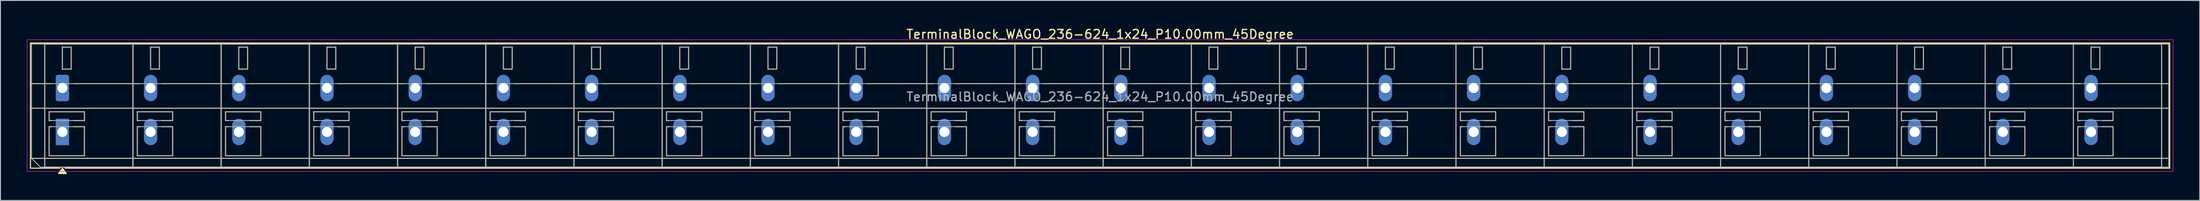
<source format=kicad_pcb>
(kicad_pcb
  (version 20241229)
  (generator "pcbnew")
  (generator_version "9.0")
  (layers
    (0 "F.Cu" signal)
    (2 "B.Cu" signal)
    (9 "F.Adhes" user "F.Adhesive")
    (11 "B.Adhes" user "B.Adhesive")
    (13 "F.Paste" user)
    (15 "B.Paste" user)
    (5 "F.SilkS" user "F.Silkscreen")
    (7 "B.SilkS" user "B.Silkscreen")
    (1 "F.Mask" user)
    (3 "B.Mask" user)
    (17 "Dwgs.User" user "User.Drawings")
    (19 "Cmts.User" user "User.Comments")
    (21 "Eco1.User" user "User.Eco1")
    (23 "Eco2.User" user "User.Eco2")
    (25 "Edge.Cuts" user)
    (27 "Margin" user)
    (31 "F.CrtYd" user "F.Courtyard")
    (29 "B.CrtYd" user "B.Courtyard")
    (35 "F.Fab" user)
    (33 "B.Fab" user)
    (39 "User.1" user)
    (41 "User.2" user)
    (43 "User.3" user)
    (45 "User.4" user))
  (footprint "TerminalBlock_WAGO_236-624_1x24_P10.00mm_45Degree"
    (layer "F.Cu")
    (at 4.025 6.968)
    (property "Reference" "TerminalBlock_WAGO_236-624_1x24_P10.00mm_45Degree" (at 117.65 -6.12 0) (layer "F.SilkS") (effects (font (size 1 1) (thickness 0.15))))
    (attr through_hole)
    (fp_line (start -3.62 -5.12) (end 238.92 -5.12) (stroke (width 0.12) (type solid)) (layer "F.SilkS"))
    (fp_line (start -3.62 -0.5) (end -1.23 -0.5) (stroke (width 0.12) (type solid)) (layer "F.SilkS"))
    (fp_line (start -3.62 2.3) (end 238.92 2.3) (stroke (width 0.12) (type solid)) (layer "F.SilkS"))
    (fp_line (start -3.62 8) (end 238.92 8) (stroke (width 0.12) (type solid)) (layer "F.SilkS"))
    (fp_line (start -3.62 9.12) (end -3.62 -5.12) (stroke (width 0.12) (type solid)) (layer "F.SilkS"))
    (fp_line (start -2 -5) (end 8 -5) (stroke (width 0.12) (type solid)) (layer "F.SilkS"))
    (fp_line (start -2 9) (end -2 -5) (stroke (width 0.12) (type solid)) (layer "F.SilkS"))
    (fp_line (start -1.5 2.7) (end 2.5 2.7) (stroke (width 0.12) (type solid)) (layer "F.SilkS"))
    (fp_line (start -1.5 3.7) (end -1.5 2.7) (stroke (width 0.12) (type solid)) (layer "F.SilkS"))
    (fp_line (start -1.5 4.4) (end -1.23 4.4) (stroke (width 0.12) (type solid)) (layer "F.SilkS"))
    (fp_line (start -1.5 7.7) (end -1.5 4.4) (stroke (width 0.12) (type solid)) (layer "F.SilkS"))
    (fp_line (start -1.23 3.7) (end -1.5 3.7) (stroke (width 0.12) (type solid)) (layer "F.SilkS"))
    (fp_line (start -0.3 9.12) (end -3.62 9.12) (stroke (width 0.12) (type solid)) (layer "F.SilkS"))
    (fp_line (start 0 -4.65) (end 1 -4.65) (stroke (width 0.12) (type solid)) (layer "F.SilkS"))
    (fp_line (start 0 -2.15) (end 0 -4.65) (stroke (width 0.12) (type solid)) (layer "F.SilkS"))
    (fp_line (start 1 -4.65) (end 1 -2.15) (stroke (width 0.12) (type solid)) (layer "F.SilkS"))
    (fp_line (start 1 -2.15) (end 0 -2.15) (stroke (width 0.12) (type solid)) (layer "F.SilkS"))
    (fp_line (start 1.23 -0.5) (end 8.77 -0.5) (stroke (width 0.12) (type solid)) (layer "F.SilkS"))
    (fp_line (start 1.23 4.4) (end 2.5 4.4) (stroke (width 0.12) (type solid)) (layer "F.SilkS"))
    (fp_line (start 2.5 2.7) (end 2.5 3.7) (stroke (width 0.12) (type solid)) (layer "F.SilkS"))
    (fp_line (start 2.5 3.7) (end 1.23 3.7) (stroke (width 0.12) (type solid)) (layer "F.SilkS"))
    (fp_line (start 2.5 4.4) (end 2.5 7.7) (stroke (width 0.12) (type solid)) (layer "F.SilkS"))
    (fp_line (start 2.5 7.7) (end -1.5 7.7) (stroke (width 0.12) (type solid)) (layer "F.SilkS"))
    (fp_line (start 8 -5) (end 8 9) (stroke (width 0.12) (type solid)) (layer "F.SilkS"))
    (fp_line (start 8 -5) (end 18 -5) (stroke (width 0.12) (type solid)) (layer "F.SilkS"))
    (fp_line (start 8 9) (end -2 9) (stroke (width 0.12) (type solid)) (layer "F.SilkS"))
    (fp_line (start 8 9) (end 8 -5) (stroke (width 0.12) (type solid)) (layer "F.SilkS"))
    (fp_line (start 8.5 2.7) (end 12.5 2.7) (stroke (width 0.12) (type solid)) (layer "F.SilkS"))
    (fp_line (start 8.5 3.7) (end 8.5 2.7) (stroke (width 0.12) (type solid)) (layer "F.SilkS"))
    (fp_line (start 8.5 4.4) (end 8.77 4.4) (stroke (width 0.12) (type solid)) (layer "F.SilkS"))
    (fp_line (start 8.5 7.7) (end 8.5 4.4) (stroke (width 0.12) (type solid)) (layer "F.SilkS"))
    (fp_line (start 8.77 3.7) (end 8.5 3.7) (stroke (width 0.12) (type solid)) (layer "F.SilkS"))
    (fp_line (start 10 -4.65) (end 11 -4.65) (stroke (width 0.12) (type solid)) (layer "F.SilkS"))
    (fp_line (start 10 -2.15) (end 10 -4.65) (stroke (width 0.12) (type solid)) (layer "F.SilkS"))
    (fp_line (start 11 -4.65) (end 11 -2.15) (stroke (width 0.12) (type solid)) (layer "F.SilkS"))
    (fp_line (start 11 -2.15) (end 10 -2.15) (stroke (width 0.12) (type solid)) (layer "F.SilkS"))
    (fp_line (start 11.23 -0.5) (end 18.77 -0.5) (stroke (width 0.12) (type solid)) (layer "F.SilkS"))
    (fp_line (start 11.23 4.4) (end 12.5 4.4) (stroke (width 0.12) (type solid)) (layer "F.SilkS"))
    (fp_line (start 12.5 2.7) (end 12.5 3.7) (stroke (width 0.12) (type solid)) (layer "F.SilkS"))
    (fp_line (start 12.5 3.7) (end 11.23 3.7) (stroke (width 0.12) (type solid)) (layer "F.SilkS"))
    (fp_line (start 12.5 4.4) (end 12.5 7.7) (stroke (width 0.12) (type solid)) (layer "F.SilkS"))
    (fp_line (start 12.5 7.7) (end 8.5 7.7) (stroke (width 0.12) (type solid)) (layer "F.SilkS"))
    (fp_line (start 18 -5) (end 18 9) (stroke (width 0.12) (type solid)) (layer "F.SilkS"))
    (fp_line (start 18 -5) (end 28 -5) (stroke (width 0.12) (type solid)) (layer "F.SilkS"))
    (fp_line (start 18 9) (end 8 9) (stroke (width 0.12) (type solid)) (layer "F.SilkS"))
    (fp_line (start 18 9) (end 18 -5) (stroke (width 0.12) (type solid)) (layer "F.SilkS"))
    (fp_line (start 18.5 2.7) (end 22.5 2.7) (stroke (width 0.12) (type solid)) (layer "F.SilkS"))
    (fp_line (start 18.5 3.7) (end 18.5 2.7) (stroke (width 0.12) (type solid)) (layer "F.SilkS"))
    (fp_line (start 18.5 4.4) (end 18.77 4.4) (stroke (width 0.12) (type solid)) (layer "F.SilkS"))
    (fp_line (start 18.5 7.7) (end 18.5 4.4) (stroke (width 0.12) (type solid)) (layer "F.SilkS"))
    (fp_line (start 18.77 3.7) (end 18.5 3.7) (stroke (width 0.12) (type solid)) (layer "F.SilkS"))
    (fp_line (start 20 -4.65) (end 21 -4.65) (stroke (width 0.12) (type solid)) (layer "F.SilkS"))
    (fp_line (start 20 -2.15) (end 20 -4.65) (stroke (width 0.12) (type solid)) (layer "F.SilkS"))
    (fp_line (start 21 -4.65) (end 21 -2.15) (stroke (width 0.12) (type solid)) (layer "F.SilkS"))
    (fp_line (start 21 -2.15) (end 20 -2.15) (stroke (width 0.12) (type solid)) (layer "F.SilkS"))
    (fp_line (start 21.23 -0.5) (end 28.77 -0.5) (stroke (width 0.12) (type solid)) (layer "F.SilkS"))
    (fp_line (start 21.23 4.4) (end 22.5 4.4) (stroke (width 0.12) (type solid)) (layer "F.SilkS"))
    (fp_line (start 22.5 2.7) (end 22.5 3.7) (stroke (width 0.12) (type solid)) (layer "F.SilkS"))
    (fp_line (start 22.5 3.7) (end 21.23 3.7) (stroke (width 0.12) (type solid)) (layer "F.SilkS"))
    (fp_line (start 22.5 4.4) (end 22.5 7.7) (stroke (width 0.12) (type solid)) (layer "F.SilkS"))
    (fp_line (start 22.5 7.7) (end 18.5 7.7) (stroke (width 0.12) (type solid)) (layer "F.SilkS"))
    (fp_line (start 28 -5) (end 28 9) (stroke (width 0.12) (type solid)) (layer "F.SilkS"))
    (fp_line (start 28 -5) (end 38 -5) (stroke (width 0.12) (type solid)) (layer "F.SilkS"))
    (fp_line (start 28 9) (end 18 9) (stroke (width 0.12) (type solid)) (layer "F.SilkS"))
    (fp_line (start 28 9) (end 28 -5) (stroke (width 0.12) (type solid)) (layer "F.SilkS"))
    (fp_line (start 28.5 2.7) (end 32.5 2.7) (stroke (width 0.12) (type solid)) (layer "F.SilkS"))
    (fp_line (start 28.5 3.7) (end 28.5 2.7) (stroke (width 0.12) (type solid)) (layer "F.SilkS"))
    (fp_line (start 28.5 4.4) (end 28.77 4.4) (stroke (width 0.12) (type solid)) (layer "F.SilkS"))
    (fp_line (start 28.5 7.7) (end 28.5 4.4) (stroke (width 0.12) (type solid)) (layer "F.SilkS"))
    (fp_line (start 28.77 3.7) (end 28.5 3.7) (stroke (width 0.12) (type solid)) (layer "F.SilkS"))
    (fp_line (start 30 -4.65) (end 31 -4.65) (stroke (width 0.12) (type solid)) (layer "F.SilkS"))
    (fp_line (start 30 -2.15) (end 30 -4.65) (stroke (width 0.12) (type solid)) (layer "F.SilkS"))
    (fp_line (start 31 -4.65) (end 31 -2.15) (stroke (width 0.12) (type solid)) (layer "F.SilkS"))
    (fp_line (start 31 -2.15) (end 30 -2.15) (stroke (width 0.12) (type solid)) (layer "F.SilkS"))
    (fp_line (start 31.23 -0.5) (end 38.77 -0.5) (stroke (width 0.12) (type solid)) (layer "F.SilkS"))
    (fp_line (start 31.23 4.4) (end 32.5 4.4) (stroke (width 0.12) (type solid)) (layer "F.SilkS"))
    (fp_line (start 32.5 2.7) (end 32.5 3.7) (stroke (width 0.12) (type solid)) (layer "F.SilkS"))
    (fp_line (start 32.5 3.7) (end 31.23 3.7) (stroke (width 0.12) (type solid)) (layer "F.SilkS"))
    (fp_line (start 32.5 4.4) (end 32.5 7.7) (stroke (width 0.12) (type solid)) (layer "F.SilkS"))
    (fp_line (start 32.5 7.7) (end 28.5 7.7) (stroke (width 0.12) (type solid)) (layer "F.SilkS"))
    (fp_line (start 38 -5) (end 38 9) (stroke (width 0.12) (type solid)) (layer "F.SilkS"))
    (fp_line (start 38 -5) (end 48 -5) (stroke (width 0.12) (type solid)) (layer "F.SilkS"))
    (fp_line (start 38 9) (end 28 9) (stroke (width 0.12) (type solid)) (layer "F.SilkS"))
    (fp_line (start 38 9) (end 38 -5) (stroke (width 0.12) (type solid)) (layer "F.SilkS"))
    (fp_line (start 38.5 2.7) (end 42.5 2.7) (stroke (width 0.12) (type solid)) (layer "F.SilkS"))
    (fp_line (start 38.5 3.7) (end 38.5 2.7) (stroke (width 0.12) (type solid)) (layer "F.SilkS"))
    (fp_line (start 38.5 4.4) (end 38.77 4.4) (stroke (width 0.12) (type solid)) (layer "F.SilkS"))
    (fp_line (start 38.5 7.7) (end 38.5 4.4) (stroke (width 0.12) (type solid)) (layer "F.SilkS"))
    (fp_line (start 38.77 3.7) (end 38.5 3.7) (stroke (width 0.12) (type solid)) (layer "F.SilkS"))
    (fp_line (start 40 -4.65) (end 41 -4.65) (stroke (width 0.12) (type solid)) (layer "F.SilkS"))
    (fp_line (start 40 -2.15) (end 40 -4.65) (stroke (width 0.12) (type solid)) (layer "F.SilkS"))
    (fp_line (start 41 -4.65) (end 41 -2.15) (stroke (width 0.12) (type solid)) (layer "F.SilkS"))
    (fp_line (start 41 -2.15) (end 40 -2.15) (stroke (width 0.12) (type solid)) (layer "F.SilkS"))
    (fp_line (start 41.23 -0.5) (end 48.77 -0.5) (stroke (width 0.12) (type solid)) (layer "F.SilkS"))
    (fp_line (start 41.23 4.4) (end 42.5 4.4) (stroke (width 0.12) (type solid)) (layer "F.SilkS"))
    (fp_line (start 42.5 2.7) (end 42.5 3.7) (stroke (width 0.12) (type solid)) (layer "F.SilkS"))
    (fp_line (start 42.5 3.7) (end 41.23 3.7) (stroke (width 0.12) (type solid)) (layer "F.SilkS"))
    (fp_line (start 42.5 4.4) (end 42.5 7.7) (stroke (width 0.12) (type solid)) (layer "F.SilkS"))
    (fp_line (start 42.5 7.7) (end 38.5 7.7) (stroke (width 0.12) (type solid)) (layer "F.SilkS"))
    (fp_line (start 48 -5) (end 48 9) (stroke (width 0.12) (type solid)) (layer "F.SilkS"))
    (fp_line (start 48 -5) (end 58 -5) (stroke (width 0.12) (type solid)) (layer "F.SilkS"))
    (fp_line (start 48 9) (end 38 9) (stroke (width 0.12) (type solid)) (layer "F.SilkS"))
    (fp_line (start 48 9) (end 48 -5) (stroke (width 0.12) (type solid)) (layer "F.SilkS"))
    (fp_line (start 48.5 2.7) (end 52.5 2.7) (stroke (width 0.12) (type solid)) (layer "F.SilkS"))
    (fp_line (start 48.5 3.7) (end 48.5 2.7) (stroke (width 0.12) (type solid)) (layer "F.SilkS"))
    (fp_line (start 48.5 4.4) (end 48.77 4.4) (stroke (width 0.12) (type solid)) (layer "F.SilkS"))
    (fp_line (start 48.5 7.7) (end 48.5 4.4) (stroke (width 0.12) (type solid)) (layer "F.SilkS"))
    (fp_line (start 48.77 3.7) (end 48.5 3.7) (stroke (width 0.12) (type solid)) (layer "F.SilkS"))
    (fp_line (start 50 -4.65) (end 51 -4.65) (stroke (width 0.12) (type solid)) (layer "F.SilkS"))
    (fp_line (start 50 -2.15) (end 50 -4.65) (stroke (width 0.12) (type solid)) (layer "F.SilkS"))
    (fp_line (start 51 -4.65) (end 51 -2.15) (stroke (width 0.12) (type solid)) (layer "F.SilkS"))
    (fp_line (start 51 -2.15) (end 50 -2.15) (stroke (width 0.12) (type solid)) (layer "F.SilkS"))
    (fp_line (start 51.23 -0.5) (end 58.77 -0.5) (stroke (width 0.12) (type solid)) (layer "F.SilkS"))
    (fp_line (start 51.23 4.4) (end 52.5 4.4) (stroke (width 0.12) (type solid)) (layer "F.SilkS"))
    (fp_line (start 52.5 2.7) (end 52.5 3.7) (stroke (width 0.12) (type solid)) (layer "F.SilkS"))
    (fp_line (start 52.5 3.7) (end 51.23 3.7) (stroke (width 0.12) (type solid)) (layer "F.SilkS"))
    (fp_line (start 52.5 4.4) (end 52.5 7.7) (stroke (width 0.12) (type solid)) (layer "F.SilkS"))
    (fp_line (start 52.5 7.7) (end 48.5 7.7) (stroke (width 0.12) (type solid)) (layer "F.SilkS"))
    (fp_line (start 58 -5) (end 58 9) (stroke (width 0.12) (type solid)) (layer "F.SilkS"))
    (fp_line (start 58 -5) (end 68 -5) (stroke (width 0.12) (type solid)) (layer "F.SilkS"))
    (fp_line (start 58 9) (end 48 9) (stroke (width 0.12) (type solid)) (layer "F.SilkS"))
    (fp_line (start 58 9) (end 58 -5) (stroke (width 0.12) (type solid)) (layer "F.SilkS"))
    (fp_line (start 58.5 2.7) (end 62.5 2.7) (stroke (width 0.12) (type solid)) (layer "F.SilkS"))
    (fp_line (start 58.5 3.7) (end 58.5 2.7) (stroke (width 0.12) (type solid)) (layer "F.SilkS"))
    (fp_line (start 58.5 4.4) (end 58.77 4.4) (stroke (width 0.12) (type solid)) (layer "F.SilkS"))
    (fp_line (start 58.5 7.7) (end 58.5 4.4) (stroke (width 0.12) (type solid)) (layer "F.SilkS"))
    (fp_line (start 58.77 3.7) (end 58.5 3.7) (stroke (width 0.12) (type solid)) (layer "F.SilkS"))
    (fp_line (start 60 -4.65) (end 61 -4.65) (stroke (width 0.12) (type solid)) (layer "F.SilkS"))
    (fp_line (start 60 -2.15) (end 60 -4.65) (stroke (width 0.12) (type solid)) (layer "F.SilkS"))
    (fp_line (start 61 -4.65) (end 61 -2.15) (stroke (width 0.12) (type solid)) (layer "F.SilkS"))
    (fp_line (start 61 -2.15) (end 60 -2.15) (stroke (width 0.12) (type solid)) (layer "F.SilkS"))
    (fp_line (start 61.23 -0.5) (end 68.77 -0.5) (stroke (width 0.12) (type solid)) (layer "F.SilkS"))
    (fp_line (start 61.23 4.4) (end 62.5 4.4) (stroke (width 0.12) (type solid)) (layer "F.SilkS"))
    (fp_line (start 62.5 2.7) (end 62.5 3.7) (stroke (width 0.12) (type solid)) (layer "F.SilkS"))
    (fp_line (start 62.5 3.7) (end 61.23 3.7) (stroke (width 0.12) (type solid)) (layer "F.SilkS"))
    (fp_line (start 62.5 4.4) (end 62.5 7.7) (stroke (width 0.12) (type solid)) (layer "F.SilkS"))
    (fp_line (start 62.5 7.7) (end 58.5 7.7) (stroke (width 0.12) (type solid)) (layer "F.SilkS"))
    (fp_line (start 68 -5) (end 68 9) (stroke (width 0.12) (type solid)) (layer "F.SilkS"))
    (fp_line (start 68 -5) (end 78 -5) (stroke (width 0.12) (type solid)) (layer "F.SilkS"))
    (fp_line (start 68 9) (end 58 9) (stroke (width 0.12) (type solid)) (layer "F.SilkS"))
    (fp_line (start 68 9) (end 68 -5) (stroke (width 0.12) (type solid)) (layer "F.SilkS"))
    (fp_line (start 68.5 2.7) (end 72.5 2.7) (stroke (width 0.12) (type solid)) (layer "F.SilkS"))
    (fp_line (start 68.5 3.7) (end 68.5 2.7) (stroke (width 0.12) (type solid)) (layer "F.SilkS"))
    (fp_line (start 68.5 4.4) (end 68.77 4.4) (stroke (width 0.12) (type solid)) (layer "F.SilkS"))
    (fp_line (start 68.5 7.7) (end 68.5 4.4) (stroke (width 0.12) (type solid)) (layer "F.SilkS"))
    (fp_line (start 68.77 3.7) (end 68.5 3.7) (stroke (width 0.12) (type solid)) (layer "F.SilkS"))
    (fp_line (start 70 -4.65) (end 71 -4.65) (stroke (width 0.12) (type solid)) (layer "F.SilkS"))
    (fp_line (start 70 -2.15) (end 70 -4.65) (stroke (width 0.12) (type solid)) (layer "F.SilkS"))
    (fp_line (start 71 -4.65) (end 71 -2.15) (stroke (width 0.12) (type solid)) (layer "F.SilkS"))
    (fp_line (start 71 -2.15) (end 70 -2.15) (stroke (width 0.12) (type solid)) (layer "F.SilkS"))
    (fp_line (start 71.23 -0.5) (end 78.77 -0.5) (stroke (width 0.12) (type solid)) (layer "F.SilkS"))
    (fp_line (start 71.23 4.4) (end 72.5 4.4) (stroke (width 0.12) (type solid)) (layer "F.SilkS"))
    (fp_line (start 72.5 2.7) (end 72.5 3.7) (stroke (width 0.12) (type solid)) (layer "F.SilkS"))
    (fp_line (start 72.5 3.7) (end 71.23 3.7) (stroke (width 0.12) (type solid)) (layer "F.SilkS"))
    (fp_line (start 72.5 4.4) (end 72.5 7.7) (stroke (width 0.12) (type solid)) (layer "F.SilkS"))
    (fp_line (start 72.5 7.7) (end 68.5 7.7) (stroke (width 0.12) (type solid)) (layer "F.SilkS"))
    (fp_line (start 78 -5) (end 78 9) (stroke (width 0.12) (type solid)) (layer "F.SilkS"))
    (fp_line (start 78 -5) (end 88 -5) (stroke (width 0.12) (type solid)) (layer "F.SilkS"))
    (fp_line (start 78 9) (end 68 9) (stroke (width 0.12) (type solid)) (layer "F.SilkS"))
    (fp_line (start 78 9) (end 78 -5) (stroke (width 0.12) (type solid)) (layer "F.SilkS"))
    (fp_line (start 78.5 2.7) (end 82.5 2.7) (stroke (width 0.12) (type solid)) (layer "F.SilkS"))
    (fp_line (start 78.5 3.7) (end 78.5 2.7) (stroke (width 0.12) (type solid)) (layer "F.SilkS"))
    (fp_line (start 78.5 4.4) (end 78.77 4.4) (stroke (width 0.12) (type solid)) (layer "F.SilkS"))
    (fp_line (start 78.5 7.7) (end 78.5 4.4) (stroke (width 0.12) (type solid)) (layer "F.SilkS"))
    (fp_line (start 78.77 3.7) (end 78.5 3.7) (stroke (width 0.12) (type solid)) (layer "F.SilkS"))
    (fp_line (start 80 -4.65) (end 81 -4.65) (stroke (width 0.12) (type solid)) (layer "F.SilkS"))
    (fp_line (start 80 -2.15) (end 80 -4.65) (stroke (width 0.12) (type solid)) (layer "F.SilkS"))
    (fp_line (start 81 -4.65) (end 81 -2.15) (stroke (width 0.12) (type solid)) (layer "F.SilkS"))
    (fp_line (start 81 -2.15) (end 80 -2.15) (stroke (width 0.12) (type solid)) (layer "F.SilkS"))
    (fp_line (start 81.23 -0.5) (end 88.77 -0.5) (stroke (width 0.12) (type solid)) (layer "F.SilkS"))
    (fp_line (start 81.23 4.4) (end 82.5 4.4) (stroke (width 0.12) (type solid)) (layer "F.SilkS"))
    (fp_line (start 82.5 2.7) (end 82.5 3.7) (stroke (width 0.12) (type solid)) (layer "F.SilkS"))
    (fp_line (start 82.5 3.7) (end 81.23 3.7) (stroke (width 0.12) (type solid)) (layer "F.SilkS"))
    (fp_line (start 82.5 4.4) (end 82.5 7.7) (stroke (width 0.12) (type solid)) (layer "F.SilkS"))
    (fp_line (start 82.5 7.7) (end 78.5 7.7) (stroke (width 0.12) (type solid)) (layer "F.SilkS"))
    (fp_line (start 88 -5) (end 88 9) (stroke (width 0.12) (type solid)) (layer "F.SilkS"))
    (fp_line (start 88 -5) (end 98 -5) (stroke (width 0.12) (type solid)) (layer "F.SilkS"))
    (fp_line (start 88 9) (end 78 9) (stroke (width 0.12) (type solid)) (layer "F.SilkS"))
    (fp_line (start 88 9) (end 88 -5) (stroke (width 0.12) (type solid)) (layer "F.SilkS"))
    (fp_line (start 88.5 2.7) (end 92.5 2.7) (stroke (width 0.12) (type solid)) (layer "F.SilkS"))
    (fp_line (start 88.5 3.7) (end 88.5 2.7) (stroke (width 0.12) (type solid)) (layer "F.SilkS"))
    (fp_line (start 88.5 4.4) (end 88.77 4.4) (stroke (width 0.12) (type solid)) (layer "F.SilkS"))
    (fp_line (start 88.5 7.7) (end 88.5 4.4) (stroke (width 0.12) (type solid)) (layer "F.SilkS"))
    (fp_line (start 88.77 3.7) (end 88.5 3.7) (stroke (width 0.12) (type solid)) (layer "F.SilkS"))
    (fp_line (start 90 -4.65) (end 91 -4.65) (stroke (width 0.12) (type solid)) (layer "F.SilkS"))
    (fp_line (start 90 -2.15) (end 90 -4.65) (stroke (width 0.12) (type solid)) (layer "F.SilkS"))
    (fp_line (start 91 -4.65) (end 91 -2.15) (stroke (width 0.12) (type solid)) (layer "F.SilkS"))
    (fp_line (start 91 -2.15) (end 90 -2.15) (stroke (width 0.12) (type solid)) (layer "F.SilkS"))
    (fp_line (start 91.23 -0.5) (end 98.77 -0.5) (stroke (width 0.12) (type solid)) (layer "F.SilkS"))
    (fp_line (start 91.23 4.4) (end 92.5 4.4) (stroke (width 0.12) (type solid)) (layer "F.SilkS"))
    (fp_line (start 92.5 2.7) (end 92.5 3.7) (stroke (width 0.12) (type solid)) (layer "F.SilkS"))
    (fp_line (start 92.5 3.7) (end 91.23 3.7) (stroke (width 0.12) (type solid)) (layer "F.SilkS"))
    (fp_line (start 92.5 4.4) (end 92.5 7.7) (stroke (width 0.12) (type solid)) (layer "F.SilkS"))
    (fp_line (start 92.5 7.7) (end 88.5 7.7) (stroke (width 0.12) (type solid)) (layer "F.SilkS"))
    (fp_line (start 98 -5) (end 98 9) (stroke (width 0.12) (type solid)) (layer "F.SilkS"))
    (fp_line (start 98 -5) (end 108 -5) (stroke (width 0.12) (type solid)) (layer "F.SilkS"))
    (fp_line (start 98 9) (end 88 9) (stroke (width 0.12) (type solid)) (layer "F.SilkS"))
    (fp_line (start 98 9) (end 98 -5) (stroke (width 0.12) (type solid)) (layer "F.SilkS"))
    (fp_line (start 98.5 2.7) (end 102.5 2.7) (stroke (width 0.12) (type solid)) (layer "F.SilkS"))
    (fp_line (start 98.5 3.7) (end 98.5 2.7) (stroke (width 0.12) (type solid)) (layer "F.SilkS"))
    (fp_line (start 98.5 4.4) (end 98.77 4.4) (stroke (width 0.12) (type solid)) (layer "F.SilkS"))
    (fp_line (start 98.5 7.7) (end 98.5 4.4) (stroke (width 0.12) (type solid)) (layer "F.SilkS"))
    (fp_line (start 98.77 3.7) (end 98.5 3.7) (stroke (width 0.12) (type solid)) (layer "F.SilkS"))
    (fp_line (start 100 -4.65) (end 101 -4.65) (stroke (width 0.12) (type solid)) (layer "F.SilkS"))
    (fp_line (start 100 -2.15) (end 100 -4.65) (stroke (width 0.12) (type solid)) (layer "F.SilkS"))
    (fp_line (start 101 -4.65) (end 101 -2.15) (stroke (width 0.12) (type solid)) (layer "F.SilkS"))
    (fp_line (start 101 -2.15) (end 100 -2.15) (stroke (width 0.12) (type solid)) (layer "F.SilkS"))
    (fp_line (start 101.23 -0.5) (end 108.77 -0.5) (stroke (width 0.12) (type solid)) (layer "F.SilkS"))
    (fp_line (start 101.23 4.4) (end 102.5 4.4) (stroke (width 0.12) (type solid)) (layer "F.SilkS"))
    (fp_line (start 102.5 2.7) (end 102.5 3.7) (stroke (width 0.12) (type solid)) (layer "F.SilkS"))
    (fp_line (start 102.5 3.7) (end 101.23 3.7) (stroke (width 0.12) (type solid)) (layer "F.SilkS"))
    (fp_line (start 102.5 4.4) (end 102.5 7.7) (stroke (width 0.12) (type solid)) (layer "F.SilkS"))
    (fp_line (start 102.5 7.7) (end 98.5 7.7) (stroke (width 0.12) (type solid)) (layer "F.SilkS"))
    (fp_line (start 108 -5) (end 108 9) (stroke (width 0.12) (type solid)) (layer "F.SilkS"))
    (fp_line (start 108 -5) (end 118 -5) (stroke (width 0.12) (type solid)) (layer "F.SilkS"))
    (fp_line (start 108 9) (end 98 9) (stroke (width 0.12) (type solid)) (layer "F.SilkS"))
    (fp_line (start 108 9) (end 108 -5) (stroke (width 0.12) (type solid)) (layer "F.SilkS"))
    (fp_line (start 108.5 2.7) (end 112.5 2.7) (stroke (width 0.12) (type solid)) (layer "F.SilkS"))
    (fp_line (start 108.5 3.7) (end 108.5 2.7) (stroke (width 0.12) (type solid)) (layer "F.SilkS"))
    (fp_line (start 108.5 4.4) (end 108.77 4.4) (stroke (width 0.12) (type solid)) (layer "F.SilkS"))
    (fp_line (start 108.5 7.7) (end 108.5 4.4) (stroke (width 0.12) (type solid)) (layer "F.SilkS"))
    (fp_line (start 108.77 3.7) (end 108.5 3.7) (stroke (width 0.12) (type solid)) (layer "F.SilkS"))
    (fp_line (start 110 -4.65) (end 111 -4.65) (stroke (width 0.12) (type solid)) (layer "F.SilkS"))
    (fp_line (start 110 -2.15) (end 110 -4.65) (stroke (width 0.12) (type solid)) (layer "F.SilkS"))
    (fp_line (start 111 -4.65) (end 111 -2.15) (stroke (width 0.12) (type solid)) (layer "F.SilkS"))
    (fp_line (start 111 -2.15) (end 110 -2.15) (stroke (width 0.12) (type solid)) (layer "F.SilkS"))
    (fp_line (start 111.23 -0.5) (end 118.77 -0.5) (stroke (width 0.12) (type solid)) (layer "F.SilkS"))
    (fp_line (start 111.23 4.4) (end 112.5 4.4) (stroke (width 0.12) (type solid)) (layer "F.SilkS"))
    (fp_line (start 112.5 2.7) (end 112.5 3.7) (stroke (width 0.12) (type solid)) (layer "F.SilkS"))
    (fp_line (start 112.5 3.7) (end 111.23 3.7) (stroke (width 0.12) (type solid)) (layer "F.SilkS"))
    (fp_line (start 112.5 4.4) (end 112.5 7.7) (stroke (width 0.12) (type solid)) (layer "F.SilkS"))
    (fp_line (start 112.5 7.7) (end 108.5 7.7) (stroke (width 0.12) (type solid)) (layer "F.SilkS"))
    (fp_line (start 118 -5) (end 118 9) (stroke (width 0.12) (type solid)) (layer "F.SilkS"))
    (fp_line (start 118 -5) (end 128 -5) (stroke (width 0.12) (type solid)) (layer "F.SilkS"))
    (fp_line (start 118 9) (end 108 9) (stroke (width 0.12) (type solid)) (layer "F.SilkS"))
    (fp_line (start 118 9) (end 118 -5) (stroke (width 0.12) (type solid)) (layer "F.SilkS"))
    (fp_line (start 118.5 2.7) (end 122.5 2.7) (stroke (width 0.12) (type solid)) (layer "F.SilkS"))
    (fp_line (start 118.5 3.7) (end 118.5 2.7) (stroke (width 0.12) (type solid)) (layer "F.SilkS"))
    (fp_line (start 118.5 4.4) (end 118.77 4.4) (stroke (width 0.12) (type solid)) (layer "F.SilkS"))
    (fp_line (start 118.5 7.7) (end 118.5 4.4) (stroke (width 0.12) (type solid)) (layer "F.SilkS"))
    (fp_line (start 118.77 3.7) (end 118.5 3.7) (stroke (width 0.12) (type solid)) (layer "F.SilkS"))
    (fp_line (start 120 -4.65) (end 121 -4.65) (stroke (width 0.12) (type solid)) (layer "F.SilkS"))
    (fp_line (start 120 -2.15) (end 120 -4.65) (stroke (width 0.12) (type solid)) (layer "F.SilkS"))
    (fp_line (start 121 -4.65) (end 121 -2.15) (stroke (width 0.12) (type solid)) (layer "F.SilkS"))
    (fp_line (start 121 -2.15) (end 120 -2.15) (stroke (width 0.12) (type solid)) (layer "F.SilkS"))
    (fp_line (start 121.23 -0.5) (end 128.77 -0.5) (stroke (width 0.12) (type solid)) (layer "F.SilkS"))
    (fp_line (start 121.23 4.4) (end 122.5 4.4) (stroke (width 0.12) (type solid)) (layer "F.SilkS"))
    (fp_line (start 122.5 2.7) (end 122.5 3.7) (stroke (width 0.12) (type solid)) (layer "F.SilkS"))
    (fp_line (start 122.5 3.7) (end 121.23 3.7) (stroke (width 0.12) (type solid)) (layer "F.SilkS"))
    (fp_line (start 122.5 4.4) (end 122.5 7.7) (stroke (width 0.12) (type solid)) (layer "F.SilkS"))
    (fp_line (start 122.5 7.7) (end 118.5 7.7) (stroke (width 0.12) (type solid)) (layer "F.SilkS"))
    (fp_line (start 128 -5) (end 128 9) (stroke (width 0.12) (type solid)) (layer "F.SilkS"))
    (fp_line (start 128 -5) (end 138 -5) (stroke (width 0.12) (type solid)) (layer "F.SilkS"))
    (fp_line (start 128 9) (end 118 9) (stroke (width 0.12) (type solid)) (layer "F.SilkS"))
    (fp_line (start 128 9) (end 128 -5) (stroke (width 0.12) (type solid)) (layer "F.SilkS"))
    (fp_line (start 128.5 2.7) (end 132.5 2.7) (stroke (width 0.12) (type solid)) (layer "F.SilkS"))
    (fp_line (start 128.5 3.7) (end 128.5 2.7) (stroke (width 0.12) (type solid)) (layer "F.SilkS"))
    (fp_line (start 128.5 4.4) (end 128.77 4.4) (stroke (width 0.12) (type solid)) (layer "F.SilkS"))
    (fp_line (start 128.5 7.7) (end 128.5 4.4) (stroke (width 0.12) (type solid)) (layer "F.SilkS"))
    (fp_line (start 128.77 3.7) (end 128.5 3.7) (stroke (width 0.12) (type solid)) (layer "F.SilkS"))
    (fp_line (start 130 -4.65) (end 131 -4.65) (stroke (width 0.12) (type solid)) (layer "F.SilkS"))
    (fp_line (start 130 -2.15) (end 130 -4.65) (stroke (width 0.12) (type solid)) (layer "F.SilkS"))
    (fp_line (start 131 -4.65) (end 131 -2.15) (stroke (width 0.12) (type solid)) (layer "F.SilkS"))
    (fp_line (start 131 -2.15) (end 130 -2.15) (stroke (width 0.12) (type solid)) (layer "F.SilkS"))
    (fp_line (start 131.23 -0.5) (end 138.77 -0.5) (stroke (width 0.12) (type solid)) (layer "F.SilkS"))
    (fp_line (start 131.23 4.4) (end 132.5 4.4) (stroke (width 0.12) (type solid)) (layer "F.SilkS"))
    (fp_line (start 132.5 2.7) (end 132.5 3.7) (stroke (width 0.12) (type solid)) (layer "F.SilkS"))
    (fp_line (start 132.5 3.7) (end 131.23 3.7) (stroke (width 0.12) (type solid)) (layer "F.SilkS"))
    (fp_line (start 132.5 4.4) (end 132.5 7.7) (stroke (width 0.12) (type solid)) (layer "F.SilkS"))
    (fp_line (start 132.5 7.7) (end 128.5 7.7) (stroke (width 0.12) (type solid)) (layer "F.SilkS"))
    (fp_line (start 138 -5) (end 138 9) (stroke (width 0.12) (type solid)) (layer "F.SilkS"))
    (fp_line (start 138 -5) (end 148 -5) (stroke (width 0.12) (type solid)) (layer "F.SilkS"))
    (fp_line (start 138 9) (end 128 9) (stroke (width 0.12) (type solid)) (layer "F.SilkS"))
    (fp_line (start 138 9) (end 138 -5) (stroke (width 0.12) (type solid)) (layer "F.SilkS"))
    (fp_line (start 138.5 2.7) (end 142.5 2.7) (stroke (width 0.12) (type solid)) (layer "F.SilkS"))
    (fp_line (start 138.5 3.7) (end 138.5 2.7) (stroke (width 0.12) (type solid)) (layer "F.SilkS"))
    (fp_line (start 138.5 4.4) (end 138.77 4.4) (stroke (width 0.12) (type solid)) (layer "F.SilkS"))
    (fp_line (start 138.5 7.7) (end 138.5 4.4) (stroke (width 0.12) (type solid)) (layer "F.SilkS"))
    (fp_line (start 138.77 3.7) (end 138.5 3.7) (stroke (width 0.12) (type solid)) (layer "F.SilkS"))
    (fp_line (start 140 -4.65) (end 141 -4.65) (stroke (width 0.12) (type solid)) (layer "F.SilkS"))
    (fp_line (start 140 -2.15) (end 140 -4.65) (stroke (width 0.12) (type solid)) (layer "F.SilkS"))
    (fp_line (start 141 -4.65) (end 141 -2.15) (stroke (width 0.12) (type solid)) (layer "F.SilkS"))
    (fp_line (start 141 -2.15) (end 140 -2.15) (stroke (width 0.12) (type solid)) (layer "F.SilkS"))
    (fp_line (start 141.23 -0.5) (end 148.77 -0.5) (stroke (width 0.12) (type solid)) (layer "F.SilkS"))
    (fp_line (start 141.23 4.4) (end 142.5 4.4) (stroke (width 0.12) (type solid)) (layer "F.SilkS"))
    (fp_line (start 142.5 2.7) (end 142.5 3.7) (stroke (width 0.12) (type solid)) (layer "F.SilkS"))
    (fp_line (start 142.5 3.7) (end 141.23 3.7) (stroke (width 0.12) (type solid)) (layer "F.SilkS"))
    (fp_line (start 142.5 4.4) (end 142.5 7.7) (stroke (width 0.12) (type solid)) (layer "F.SilkS"))
    (fp_line (start 142.5 7.7) (end 138.5 7.7) (stroke (width 0.12) (type solid)) (layer "F.SilkS"))
    (fp_line (start 148 -5) (end 148 9) (stroke (width 0.12) (type solid)) (layer "F.SilkS"))
    (fp_line (start 148 -5) (end 158 -5) (stroke (width 0.12) (type solid)) (layer "F.SilkS"))
    (fp_line (start 148 9) (end 138 9) (stroke (width 0.12) (type solid)) (layer "F.SilkS"))
    (fp_line (start 148 9) (end 148 -5) (stroke (width 0.12) (type solid)) (layer "F.SilkS"))
    (fp_line (start 148.5 2.7) (end 152.5 2.7) (stroke (width 0.12) (type solid)) (layer "F.SilkS"))
    (fp_line (start 148.5 3.7) (end 148.5 2.7) (stroke (width 0.12) (type solid)) (layer "F.SilkS"))
    (fp_line (start 148.5 4.4) (end 148.77 4.4) (stroke (width 0.12) (type solid)) (layer "F.SilkS"))
    (fp_line (start 148.5 7.7) (end 148.5 4.4) (stroke (width 0.12) (type solid)) (layer "F.SilkS"))
    (fp_line (start 148.77 3.7) (end 148.5 3.7) (stroke (width 0.12) (type solid)) (layer "F.SilkS"))
    (fp_line (start 150 -4.65) (end 151 -4.65) (stroke (width 0.12) (type solid)) (layer "F.SilkS"))
    (fp_line (start 150 -2.15) (end 150 -4.65) (stroke (width 0.12) (type solid)) (layer "F.SilkS"))
    (fp_line (start 151 -4.65) (end 151 -2.15) (stroke (width 0.12) (type solid)) (layer "F.SilkS"))
    (fp_line (start 151 -2.15) (end 150 -2.15) (stroke (width 0.12) (type solid)) (layer "F.SilkS"))
    (fp_line (start 151.23 -0.5) (end 158.77 -0.5) (stroke (width 0.12) (type solid)) (layer "F.SilkS"))
    (fp_line (start 151.23 4.4) (end 152.5 4.4) (stroke (width 0.12) (type solid)) (layer "F.SilkS"))
    (fp_line (start 152.5 2.7) (end 152.5 3.7) (stroke (width 0.12) (type solid)) (layer "F.SilkS"))
    (fp_line (start 152.5 3.7) (end 151.23 3.7) (stroke (width 0.12) (type solid)) (layer "F.SilkS"))
    (fp_line (start 152.5 4.4) (end 152.5 7.7) (stroke (width 0.12) (type solid)) (layer "F.SilkS"))
    (fp_line (start 152.5 7.7) (end 148.5 7.7) (stroke (width 0.12) (type solid)) (layer "F.SilkS"))
    (fp_line (start 158 -5) (end 158 9) (stroke (width 0.12) (type solid)) (layer "F.SilkS"))
    (fp_line (start 158 -5) (end 168 -5) (stroke (width 0.12) (type solid)) (layer "F.SilkS"))
    (fp_line (start 158 9) (end 148 9) (stroke (width 0.12) (type solid)) (layer "F.SilkS"))
    (fp_line (start 158 9) (end 158 -5) (stroke (width 0.12) (type solid)) (layer "F.SilkS"))
    (fp_line (start 158.5 2.7) (end 162.5 2.7) (stroke (width 0.12) (type solid)) (layer "F.SilkS"))
    (fp_line (start 158.5 3.7) (end 158.5 2.7) (stroke (width 0.12) (type solid)) (layer "F.SilkS"))
    (fp_line (start 158.5 4.4) (end 158.77 4.4) (stroke (width 0.12) (type solid)) (layer "F.SilkS"))
    (fp_line (start 158.5 7.7) (end 158.5 4.4) (stroke (width 0.12) (type solid)) (layer "F.SilkS"))
    (fp_line (start 158.77 3.7) (end 158.5 3.7) (stroke (width 0.12) (type solid)) (layer "F.SilkS"))
    (fp_line (start 160 -4.65) (end 161 -4.65) (stroke (width 0.12) (type solid)) (layer "F.SilkS"))
    (fp_line (start 160 -2.15) (end 160 -4.65) (stroke (width 0.12) (type solid)) (layer "F.SilkS"))
    (fp_line (start 161 -4.65) (end 161 -2.15) (stroke (width 0.12) (type solid)) (layer "F.SilkS"))
    (fp_line (start 161 -2.15) (end 160 -2.15) (stroke (width 0.12) (type solid)) (layer "F.SilkS"))
    (fp_line (start 161.23 -0.5) (end 168.77 -0.5) (stroke (width 0.12) (type solid)) (layer "F.SilkS"))
    (fp_line (start 161.23 4.4) (end 162.5 4.4) (stroke (width 0.12) (type solid)) (layer "F.SilkS"))
    (fp_line (start 162.5 2.7) (end 162.5 3.7) (stroke (width 0.12) (type solid)) (layer "F.SilkS"))
    (fp_line (start 162.5 3.7) (end 161.23 3.7) (stroke (width 0.12) (type solid)) (layer "F.SilkS"))
    (fp_line (start 162.5 4.4) (end 162.5 7.7) (stroke (width 0.12) (type solid)) (layer "F.SilkS"))
    (fp_line (start 162.5 7.7) (end 158.5 7.7) (stroke (width 0.12) (type solid)) (layer "F.SilkS"))
    (fp_line (start 168 -5) (end 168 9) (stroke (width 0.12) (type solid)) (layer "F.SilkS"))
    (fp_line (start 168 -5) (end 178 -5) (stroke (width 0.12) (type solid)) (layer "F.SilkS"))
    (fp_line (start 168 9) (end 158 9) (stroke (width 0.12) (type solid)) (layer "F.SilkS"))
    (fp_line (start 168 9) (end 168 -5) (stroke (width 0.12) (type solid)) (layer "F.SilkS"))
    (fp_line (start 168.5 2.7) (end 172.5 2.7) (stroke (width 0.12) (type solid)) (layer "F.SilkS"))
    (fp_line (start 168.5 3.7) (end 168.5 2.7) (stroke (width 0.12) (type solid)) (layer "F.SilkS"))
    (fp_line (start 168.5 4.4) (end 168.77 4.4) (stroke (width 0.12) (type solid)) (layer "F.SilkS"))
    (fp_line (start 168.5 7.7) (end 168.5 4.4) (stroke (width 0.12) (type solid)) (layer "F.SilkS"))
    (fp_line (start 168.77 3.7) (end 168.5 3.7) (stroke (width 0.12) (type solid)) (layer "F.SilkS"))
    (fp_line (start 170 -4.65) (end 171 -4.65) (stroke (width 0.12) (type solid)) (layer "F.SilkS"))
    (fp_line (start 170 -2.15) (end 170 -4.65) (stroke (width 0.12) (type solid)) (layer "F.SilkS"))
    (fp_line (start 171 -4.65) (end 171 -2.15) (stroke (width 0.12) (type solid)) (layer "F.SilkS"))
    (fp_line (start 171 -2.15) (end 170 -2.15) (stroke (width 0.12) (type solid)) (layer "F.SilkS"))
    (fp_line (start 171.23 -0.5) (end 178.77 -0.5) (stroke (width 0.12) (type solid)) (layer "F.SilkS"))
    (fp_line (start 171.23 4.4) (end 172.5 4.4) (stroke (width 0.12) (type solid)) (layer "F.SilkS"))
    (fp_line (start 172.5 2.7) (end 172.5 3.7) (stroke (width 0.12) (type solid)) (layer "F.SilkS"))
    (fp_line (start 172.5 3.7) (end 171.23 3.7) (stroke (width 0.12) (type solid)) (layer "F.SilkS"))
    (fp_line (start 172.5 4.4) (end 172.5 7.7) (stroke (width 0.12) (type solid)) (layer "F.SilkS"))
    (fp_line (start 172.5 7.7) (end 168.5 7.7) (stroke (width 0.12) (type solid)) (layer "F.SilkS"))
    (fp_line (start 178 -5) (end 178 9) (stroke (width 0.12) (type solid)) (layer "F.SilkS"))
    (fp_line (start 178 -5) (end 188 -5) (stroke (width 0.12) (type solid)) (layer "F.SilkS"))
    (fp_line (start 178 9) (end 168 9) (stroke (width 0.12) (type solid)) (layer "F.SilkS"))
    (fp_line (start 178 9) (end 178 -5) (stroke (width 0.12) (type solid)) (layer "F.SilkS"))
    (fp_line (start 178.5 2.7) (end 182.5 2.7) (stroke (width 0.12) (type solid)) (layer "F.SilkS"))
    (fp_line (start 178.5 3.7) (end 178.5 2.7) (stroke (width 0.12) (type solid)) (layer "F.SilkS"))
    (fp_line (start 178.5 4.4) (end 178.77 4.4) (stroke (width 0.12) (type solid)) (layer "F.SilkS"))
    (fp_line (start 178.5 7.7) (end 178.5 4.4) (stroke (width 0.12) (type solid)) (layer "F.SilkS"))
    (fp_line (start 178.77 3.7) (end 178.5 3.7) (stroke (width 0.12) (type solid)) (layer "F.SilkS"))
    (fp_line (start 180 -4.65) (end 181 -4.65) (stroke (width 0.12) (type solid)) (layer "F.SilkS"))
    (fp_line (start 180 -2.15) (end 180 -4.65) (stroke (width 0.12) (type solid)) (layer "F.SilkS"))
    (fp_line (start 181 -4.65) (end 181 -2.15) (stroke (width 0.12) (type solid)) (layer "F.SilkS"))
    (fp_line (start 181 -2.15) (end 180 -2.15) (stroke (width 0.12) (type solid)) (layer "F.SilkS"))
    (fp_line (start 181.23 -0.5) (end 188.77 -0.5) (stroke (width 0.12) (type solid)) (layer "F.SilkS"))
    (fp_line (start 181.23 4.4) (end 182.5 4.4) (stroke (width 0.12) (type solid)) (layer "F.SilkS"))
    (fp_line (start 182.5 2.7) (end 182.5 3.7) (stroke (width 0.12) (type solid)) (layer "F.SilkS"))
    (fp_line (start 182.5 3.7) (end 181.23 3.7) (stroke (width 0.12) (type solid)) (layer "F.SilkS"))
    (fp_line (start 182.5 4.4) (end 182.5 7.7) (stroke (width 0.12) (type solid)) (layer "F.SilkS"))
    (fp_line (start 182.5 7.7) (end 178.5 7.7) (stroke (width 0.12) (type solid)) (layer "F.SilkS"))
    (fp_line (start 188 -5) (end 188 9) (stroke (width 0.12) (type solid)) (layer "F.SilkS"))
    (fp_line (start 188 -5) (end 198 -5) (stroke (width 0.12) (type solid)) (layer "F.SilkS"))
    (fp_line (start 188 9) (end 178 9) (stroke (width 0.12) (type solid)) (layer "F.SilkS"))
    (fp_line (start 188 9) (end 188 -5) (stroke (width 0.12) (type solid)) (layer "F.SilkS"))
    (fp_line (start 188.5 2.7) (end 192.5 2.7) (stroke (width 0.12) (type solid)) (layer "F.SilkS"))
    (fp_line (start 188.5 3.7) (end 188.5 2.7) (stroke (width 0.12) (type solid)) (layer "F.SilkS"))
    (fp_line (start 188.5 4.4) (end 188.77 4.4) (stroke (width 0.12) (type solid)) (layer "F.SilkS"))
    (fp_line (start 188.5 7.7) (end 188.5 4.4) (stroke (width 0.12) (type solid)) (layer "F.SilkS"))
    (fp_line (start 188.77 3.7) (end 188.5 3.7) (stroke (width 0.12) (type solid)) (layer "F.SilkS"))
    (fp_line (start 190 -4.65) (end 191 -4.65) (stroke (width 0.12) (type solid)) (layer "F.SilkS"))
    (fp_line (start 190 -2.15) (end 190 -4.65) (stroke (width 0.12) (type solid)) (layer "F.SilkS"))
    (fp_line (start 191 -4.65) (end 191 -2.15) (stroke (width 0.12) (type solid)) (layer "F.SilkS"))
    (fp_line (start 191 -2.15) (end 190 -2.15) (stroke (width 0.12) (type solid)) (layer "F.SilkS"))
    (fp_line (start 191.23 -0.5) (end 198.77 -0.5) (stroke (width 0.12) (type solid)) (layer "F.SilkS"))
    (fp_line (start 191.23 4.4) (end 192.5 4.4) (stroke (width 0.12) (type solid)) (layer "F.SilkS"))
    (fp_line (start 192.5 2.7) (end 192.5 3.7) (stroke (width 0.12) (type solid)) (layer "F.SilkS"))
    (fp_line (start 192.5 3.7) (end 191.23 3.7) (stroke (width 0.12) (type solid)) (layer "F.SilkS"))
    (fp_line (start 192.5 4.4) (end 192.5 7.7) (stroke (width 0.12) (type solid)) (layer "F.SilkS"))
    (fp_line (start 192.5 7.7) (end 188.5 7.7) (stroke (width 0.12) (type solid)) (layer "F.SilkS"))
    (fp_line (start 198 -5) (end 198 9) (stroke (width 0.12) (type solid)) (layer "F.SilkS"))
    (fp_line (start 198 -5) (end 208 -5) (stroke (width 0.12) (type solid)) (layer "F.SilkS"))
    (fp_line (start 198 9) (end 188 9) (stroke (width 0.12) (type solid)) (layer "F.SilkS"))
    (fp_line (start 198 9) (end 198 -5) (stroke (width 0.12) (type solid)) (layer "F.SilkS"))
    (fp_line (start 198.5 2.7) (end 202.5 2.7) (stroke (width 0.12) (type solid)) (layer "F.SilkS"))
    (fp_line (start 198.5 3.7) (end 198.5 2.7) (stroke (width 0.12) (type solid)) (layer "F.SilkS"))
    (fp_line (start 198.5 4.4) (end 198.77 4.4) (stroke (width 0.12) (type solid)) (layer "F.SilkS"))
    (fp_line (start 198.5 7.7) (end 198.5 4.4) (stroke (width 0.12) (type solid)) (layer "F.SilkS"))
    (fp_line (start 198.77 3.7) (end 198.5 3.7) (stroke (width 0.12) (type solid)) (layer "F.SilkS"))
    (fp_line (start 200 -4.65) (end 201 -4.65) (stroke (width 0.12) (type solid)) (layer "F.SilkS"))
    (fp_line (start 200 -2.15) (end 200 -4.65) (stroke (width 0.12) (type solid)) (layer "F.SilkS"))
    (fp_line (start 201 -4.65) (end 201 -2.15) (stroke (width 0.12) (type solid)) (layer "F.SilkS"))
    (fp_line (start 201 -2.15) (end 200 -2.15) (stroke (width 0.12) (type solid)) (layer "F.SilkS"))
    (fp_line (start 201.23 -0.5) (end 208.77 -0.5) (stroke (width 0.12) (type solid)) (layer "F.SilkS"))
    (fp_line (start 201.23 4.4) (end 202.5 4.4) (stroke (width 0.12) (type solid)) (layer "F.SilkS"))
    (fp_line (start 202.5 2.7) (end 202.5 3.7) (stroke (width 0.12) (type solid)) (layer "F.SilkS"))
    (fp_line (start 202.5 3.7) (end 201.23 3.7) (stroke (width 0.12) (type solid)) (layer "F.SilkS"))
    (fp_line (start 202.5 4.4) (end 202.5 7.7) (stroke (width 0.12) (type solid)) (layer "F.SilkS"))
    (fp_line (start 202.5 7.7) (end 198.5 7.7) (stroke (width 0.12) (type solid)) (layer "F.SilkS"))
    (fp_line (start 208 -5) (end 208 9) (stroke (width 0.12) (type solid)) (layer "F.SilkS"))
    (fp_line (start 208 -5) (end 218 -5) (stroke (width 0.12) (type solid)) (layer "F.SilkS"))
    (fp_line (start 208 9) (end 198 9) (stroke (width 0.12) (type solid)) (layer "F.SilkS"))
    (fp_line (start 208 9) (end 208 -5) (stroke (width 0.12) (type solid)) (layer "F.SilkS"))
    (fp_line (start 208.5 2.7) (end 212.5 2.7) (stroke (width 0.12) (type solid)) (layer "F.SilkS"))
    (fp_line (start 208.5 3.7) (end 208.5 2.7) (stroke (width 0.12) (type solid)) (layer "F.SilkS"))
    (fp_line (start 208.5 4.4) (end 208.77 4.4) (stroke (width 0.12) (type solid)) (layer "F.SilkS"))
    (fp_line (start 208.5 7.7) (end 208.5 4.4) (stroke (width 0.12) (type solid)) (layer "F.SilkS"))
    (fp_line (start 208.77 3.7) (end 208.5 3.7) (stroke (width 0.12) (type solid)) (layer "F.SilkS"))
    (fp_line (start 210 -4.65) (end 211 -4.65) (stroke (width 0.12) (type solid)) (layer "F.SilkS"))
    (fp_line (start 210 -2.15) (end 210 -4.65) (stroke (width 0.12) (type solid)) (layer "F.SilkS"))
    (fp_line (start 211 -4.65) (end 211 -2.15) (stroke (width 0.12) (type solid)) (layer "F.SilkS"))
    (fp_line (start 211 -2.15) (end 210 -2.15) (stroke (width 0.12) (type solid)) (layer "F.SilkS"))
    (fp_line (start 211.23 -0.5) (end 218.77 -0.5) (stroke (width 0.12) (type solid)) (layer "F.SilkS"))
    (fp_line (start 211.23 4.4) (end 212.5 4.4) (stroke (width 0.12) (type solid)) (layer "F.SilkS"))
    (fp_line (start 212.5 2.7) (end 212.5 3.7) (stroke (width 0.12) (type solid)) (layer "F.SilkS"))
    (fp_line (start 212.5 3.7) (end 211.23 3.7) (stroke (width 0.12) (type solid)) (layer "F.SilkS"))
    (fp_line (start 212.5 4.4) (end 212.5 7.7) (stroke (width 0.12) (type solid)) (layer "F.SilkS"))
    (fp_line (start 212.5 7.7) (end 208.5 7.7) (stroke (width 0.12) (type solid)) (layer "F.SilkS"))
    (fp_line (start 218 -5) (end 218 9) (stroke (width 0.12) (type solid)) (layer "F.SilkS"))
    (fp_line (start 218 -5) (end 228 -5) (stroke (width 0.12) (type solid)) (layer "F.SilkS"))
    (fp_line (start 218 9) (end 208 9) (stroke (width 0.12) (type solid)) (layer "F.SilkS"))
    (fp_line (start 218 9) (end 218 -5) (stroke (width 0.12) (type solid)) (layer "F.SilkS"))
    (fp_line (start 218.5 2.7) (end 222.5 2.7) (stroke (width 0.12) (type solid)) (layer "F.SilkS"))
    (fp_line (start 218.5 3.7) (end 218.5 2.7) (stroke (width 0.12) (type solid)) (layer "F.SilkS"))
    (fp_line (start 218.5 4.4) (end 218.77 4.4) (stroke (width 0.12) (type solid)) (layer "F.SilkS"))
    (fp_line (start 218.5 7.7) (end 218.5 4.4) (stroke (width 0.12) (type solid)) (layer "F.SilkS"))
    (fp_line (start 218.77 3.7) (end 218.5 3.7) (stroke (width 0.12) (type solid)) (layer "F.SilkS"))
    (fp_line (start 220 -4.65) (end 221 -4.65) (stroke (width 0.12) (type solid)) (layer "F.SilkS"))
    (fp_line (start 220 -2.15) (end 220 -4.65) (stroke (width 0.12) (type solid)) (layer "F.SilkS"))
    (fp_line (start 221 -4.65) (end 221 -2.15) (stroke (width 0.12) (type solid)) (layer "F.SilkS"))
    (fp_line (start 221 -2.15) (end 220 -2.15) (stroke (width 0.12) (type solid)) (layer "F.SilkS"))
    (fp_line (start 221.23 -0.5) (end 228.77 -0.5) (stroke (width 0.12) (type solid)) (layer "F.SilkS"))
    (fp_line (start 221.23 4.4) (end 222.5 4.4) (stroke (width 0.12) (type solid)) (layer "F.SilkS"))
    (fp_line (start 222.5 2.7) (end 222.5 3.7) (stroke (width 0.12) (type solid)) (layer "F.SilkS"))
    (fp_line (start 222.5 3.7) (end 221.23 3.7) (stroke (width 0.12) (type solid)) (layer "F.SilkS"))
    (fp_line (start 222.5 4.4) (end 222.5 7.7) (stroke (width 0.12) (type solid)) (layer "F.SilkS"))
    (fp_line (start 222.5 7.7) (end 218.5 7.7) (stroke (width 0.12) (type solid)) (layer "F.SilkS"))
    (fp_line (start 228 -5) (end 228 9) (stroke (width 0.12) (type solid)) (layer "F.SilkS"))
    (fp_line (start 228 -5) (end 238 -5) (stroke (width 0.12) (type solid)) (layer "F.SilkS"))
    (fp_line (start 228 9) (end 218 9) (stroke (width 0.12) (type solid)) (layer "F.SilkS"))
    (fp_line (start 228 9) (end 228 -5) (stroke (width 0.12) (type solid)) (layer "F.SilkS"))
    (fp_line (start 228.5 2.7) (end 232.5 2.7) (stroke (width 0.12) (type solid)) (layer "F.SilkS"))
    (fp_line (start 228.5 3.7) (end 228.5 2.7) (stroke (width 0.12) (type solid)) (layer "F.SilkS"))
    (fp_line (start 228.5 4.4) (end 228.77 4.4) (stroke (width 0.12) (type solid)) (layer "F.SilkS"))
    (fp_line (start 228.5 7.7) (end 228.5 4.4) (stroke (width 0.12) (type solid)) (layer "F.SilkS"))
    (fp_line (start 228.77 3.7) (end 228.5 3.7) (stroke (width 0.12) (type solid)) (layer "F.SilkS"))
    (fp_line (start 230 -4.65) (end 231 -4.65) (stroke (width 0.12) (type solid)) (layer "F.SilkS"))
    (fp_line (start 230 -2.15) (end 230 -4.65) (stroke (width 0.12) (type solid)) (layer "F.SilkS"))
    (fp_line (start 231 -4.65) (end 231 -2.15) (stroke (width 0.12) (type solid)) (layer "F.SilkS"))
    (fp_line (start 231 -2.15) (end 230 -2.15) (stroke (width 0.12) (type solid)) (layer "F.SilkS"))
    (fp_line (start 231.23 -0.5) (end 238.92 -0.5) (stroke (width 0.12) (type solid)) (layer "F.SilkS"))
    (fp_line (start 231.23 4.4) (end 232.5 4.4) (stroke (width 0.12) (type solid)) (layer "F.SilkS"))
    (fp_line (start 232.5 2.7) (end 232.5 3.7) (stroke (width 0.12) (type solid)) (layer "F.SilkS"))
    (fp_line (start 232.5 3.7) (end 231.23 3.7) (stroke (width 0.12) (type solid)) (layer "F.SilkS"))
    (fp_line (start 232.5 4.4) (end 232.5 7.7) (stroke (width 0.12) (type solid)) (layer "F.SilkS"))
    (fp_line (start 232.5 7.7) (end 228.5 7.7) (stroke (width 0.12) (type solid)) (layer "F.SilkS"))
    (fp_line (start 238 -5) (end 238 9) (stroke (width 0.12) (type solid)) (layer "F.SilkS"))
    (fp_line (start 238 9) (end 228 9) (stroke (width 0.12) (type solid)) (layer "F.SilkS"))
    (fp_line (start 238.92 -5.12) (end 238.92 9.12) (stroke (width 0.12) (type solid)) (layer "F.SilkS"))
    (fp_line (start 238.92 9.12) (end 0.3 9.12) (stroke (width 0.12) (type solid)) (layer "F.SilkS"))
    (fp_poly (pts (xy 0 9.12) (xy 0.44 9.73) (xy -0.44 9.73)) (stroke (width 0.12) (type solid)) (fill yes) (layer "F.SilkS"))
    (fp_line (start -4 -5.5) (end -4 9.5) (stroke (width 0.05) (type solid)) (layer "F.CrtYd"))
    (fp_line (start -4 9.5) (end 239.3 9.5) (stroke (width 0.05) (type solid)) (layer "F.CrtYd"))
    (fp_line (start 239.3 -5.5) (end -4 -5.5) (stroke (width 0.05) (type solid)) (layer "F.CrtYd"))
    (fp_line (start 239.3 9.5) (end 239.3 -5.5) (stroke (width 0.05) (type solid)) (layer "F.CrtYd"))
    (fp_line (start -3.5 -5) (end 238.8 -5) (stroke (width 0.1) (type solid)) (layer "F.Fab"))
    (fp_line (start -3.5 -0.5) (end 238.8 -0.5) (stroke (width 0.1) (type solid)) (layer "F.Fab"))
    (fp_line (start -3.5 2.3) (end 238.8 2.3) (stroke (width 0.1) (type solid)) (layer "F.Fab"))
    (fp_line (start -3.5 8) (end -3.5 -5) (stroke (width 0.1) (type solid)) (layer "F.Fab"))
    (fp_line (start -3.5 8) (end 238.8 8) (stroke (width 0.1) (type solid)) (layer "F.Fab"))
    (fp_line (start -2.5 9) (end -3.5 8) (stroke (width 0.1) (type solid)) (layer "F.Fab"))
    (fp_line (start -2 -5) (end -2 9) (stroke (width 0.1) (type solid)) (layer "F.Fab"))
    (fp_line (start -2 9) (end 8 9) (stroke (width 0.1) (type solid)) (layer "F.Fab"))
    (fp_line (start -1.5 2.7) (end -1.5 3.7) (stroke (width 0.1) (type solid)) (layer "F.Fab"))
    (fp_line (start -1.5 3.7) (end 2.5 3.7) (stroke (width 0.1) (type solid)) (layer "F.Fab"))
    (fp_line (start -1.5 4.4) (end -1.5 7.7) (stroke (width 0.1) (type solid)) (layer "F.Fab"))
    (fp_line (start -1.5 7.7) (end 2.5 7.7) (stroke (width 0.1) (type solid)) (layer "F.Fab"))
    (fp_line (start 0 -4.65) (end 0 -2.15) (stroke (width 0.1) (type solid)) (layer "F.Fab"))
    (fp_line (start 0 -2.15) (end 1 -2.15) (stroke (width 0.1) (type solid)) (layer "F.Fab"))
    (fp_line (start 1 -4.65) (end 0 -4.65) (stroke (width 0.1) (type solid)) (layer "F.Fab"))
    (fp_line (start 1 -2.15) (end 1 -4.65) (stroke (width 0.1) (type solid)) (layer "F.Fab"))
    (fp_line (start 2.5 2.7) (end -1.5 2.7) (stroke (width 0.1) (type solid)) (layer "F.Fab"))
    (fp_line (start 2.5 3.7) (end 2.5 2.7) (stroke (width 0.1) (type solid)) (layer "F.Fab"))
    (fp_line (start 2.5 4.4) (end -1.5 4.4) (stroke (width 0.1) (type solid)) (layer "F.Fab"))
    (fp_line (start 2.5 7.7) (end 2.5 4.4) (stroke (width 0.1) (type solid)) (layer "F.Fab"))
    (fp_line (start 8 -5) (end -2 -5) (stroke (width 0.1) (type solid)) (layer "F.Fab"))
    (fp_line (start 8 -5) (end 8 9) (stroke (width 0.1) (type solid)) (layer "F.Fab"))
    (fp_line (start 8 9) (end 8 -5) (stroke (width 0.1) (type solid)) (layer "F.Fab"))
    (fp_line (start 8 9) (end 18 9) (stroke (width 0.1) (type solid)) (layer "F.Fab"))
    (fp_line (start 8.5 2.7) (end 8.5 3.7) (stroke (width 0.1) (type solid)) (layer "F.Fab"))
    (fp_line (start 8.5 3.7) (end 12.5 3.7) (stroke (width 0.1) (type solid)) (layer "F.Fab"))
    (fp_line (start 8.5 4.4) (end 8.5 7.7) (stroke (width 0.1) (type solid)) (layer "F.Fab"))
    (fp_line (start 8.5 7.7) (end 12.5 7.7) (stroke (width 0.1) (type solid)) (layer "F.Fab"))
    (fp_line (start 10 -4.65) (end 10 -2.15) (stroke (width 0.1) (type solid)) (layer "F.Fab"))
    (fp_line (start 10 -2.15) (end 11 -2.15) (stroke (width 0.1) (type solid)) (layer "F.Fab"))
    (fp_line (start 11 -4.65) (end 10 -4.65) (stroke (width 0.1) (type solid)) (layer "F.Fab"))
    (fp_line (start 11 -2.15) (end 11 -4.65) (stroke (width 0.1) (type solid)) (layer "F.Fab"))
    (fp_line (start 12.5 2.7) (end 8.5 2.7) (stroke (width 0.1) (type solid)) (layer "F.Fab"))
    (fp_line (start 12.5 3.7) (end 12.5 2.7) (stroke (width 0.1) (type solid)) (layer "F.Fab"))
    (fp_line (start 12.5 4.4) (end 8.5 4.4) (stroke (width 0.1) (type solid)) (layer "F.Fab"))
    (fp_line (start 12.5 7.7) (end 12.5 4.4) (stroke (width 0.1) (type solid)) (layer "F.Fab"))
    (fp_line (start 18 -5) (end 8 -5) (stroke (width 0.1) (type solid)) (layer "F.Fab"))
    (fp_line (start 18 -5) (end 18 9) (stroke (width 0.1) (type solid)) (layer "F.Fab"))
    (fp_line (start 18 9) (end 18 -5) (stroke (width 0.1) (type solid)) (layer "F.Fab"))
    (fp_line (start 18 9) (end 28 9) (stroke (width 0.1) (type solid)) (layer "F.Fab"))
    (fp_line (start 18.5 2.7) (end 18.5 3.7) (stroke (width 0.1) (type solid)) (layer "F.Fab"))
    (fp_line (start 18.5 3.7) (end 22.5 3.7) (stroke (width 0.1) (type solid)) (layer "F.Fab"))
    (fp_line (start 18.5 4.4) (end 18.5 7.7) (stroke (width 0.1) (type solid)) (layer "F.Fab"))
    (fp_line (start 18.5 7.7) (end 22.5 7.7) (stroke (width 0.1) (type solid)) (layer "F.Fab"))
    (fp_line (start 20 -4.65) (end 20 -2.15) (stroke (width 0.1) (type solid)) (layer "F.Fab"))
    (fp_line (start 20 -2.15) (end 21 -2.15) (stroke (width 0.1) (type solid)) (layer "F.Fab"))
    (fp_line (start 21 -4.65) (end 20 -4.65) (stroke (width 0.1) (type solid)) (layer "F.Fab"))
    (fp_line (start 21 -2.15) (end 21 -4.65) (stroke (width 0.1) (type solid)) (layer "F.Fab"))
    (fp_line (start 22.5 2.7) (end 18.5 2.7) (stroke (width 0.1) (type solid)) (layer "F.Fab"))
    (fp_line (start 22.5 3.7) (end 22.5 2.7) (stroke (width 0.1) (type solid)) (layer "F.Fab"))
    (fp_line (start 22.5 4.4) (end 18.5 4.4) (stroke (width 0.1) (type solid)) (layer "F.Fab"))
    (fp_line (start 22.5 7.7) (end 22.5 4.4) (stroke (width 0.1) (type solid)) (layer "F.Fab"))
    (fp_line (start 28 -5) (end 18 -5) (stroke (width 0.1) (type solid)) (layer "F.Fab"))
    (fp_line (start 28 -5) (end 28 9) (stroke (width 0.1) (type solid)) (layer "F.Fab"))
    (fp_line (start 28 9) (end 28 -5) (stroke (width 0.1) (type solid)) (layer "F.Fab"))
    (fp_line (start 28 9) (end 38 9) (stroke (width 0.1) (type solid)) (layer "F.Fab"))
    (fp_line (start 28.5 2.7) (end 28.5 3.7) (stroke (width 0.1) (type solid)) (layer "F.Fab"))
    (fp_line (start 28.5 3.7) (end 32.5 3.7) (stroke (width 0.1) (type solid)) (layer "F.Fab"))
    (fp_line (start 28.5 4.4) (end 28.5 7.7) (stroke (width 0.1) (type solid)) (layer "F.Fab"))
    (fp_line (start 28.5 7.7) (end 32.5 7.7) (stroke (width 0.1) (type solid)) (layer "F.Fab"))
    (fp_line (start 30 -4.65) (end 30 -2.15) (stroke (width 0.1) (type solid)) (layer "F.Fab"))
    (fp_line (start 30 -2.15) (end 31 -2.15) (stroke (width 0.1) (type solid)) (layer "F.Fab"))
    (fp_line (start 31 -4.65) (end 30 -4.65) (stroke (width 0.1) (type solid)) (layer "F.Fab"))
    (fp_line (start 31 -2.15) (end 31 -4.65) (stroke (width 0.1) (type solid)) (layer "F.Fab"))
    (fp_line (start 32.5 2.7) (end 28.5 2.7) (stroke (width 0.1) (type solid)) (layer "F.Fab"))
    (fp_line (start 32.5 3.7) (end 32.5 2.7) (stroke (width 0.1) (type solid)) (layer "F.Fab"))
    (fp_line (start 32.5 4.4) (end 28.5 4.4) (stroke (width 0.1) (type solid)) (layer "F.Fab"))
    (fp_line (start 32.5 7.7) (end 32.5 4.4) (stroke (width 0.1) (type solid)) (layer "F.Fab"))
    (fp_line (start 38 -5) (end 28 -5) (stroke (width 0.1) (type solid)) (layer "F.Fab"))
    (fp_line (start 38 -5) (end 38 9) (stroke (width 0.1) (type solid)) (layer "F.Fab"))
    (fp_line (start 38 9) (end 38 -5) (stroke (width 0.1) (type solid)) (layer "F.Fab"))
    (fp_line (start 38 9) (end 48 9) (stroke (width 0.1) (type solid)) (layer "F.Fab"))
    (fp_line (start 38.5 2.7) (end 38.5 3.7) (stroke (width 0.1) (type solid)) (layer "F.Fab"))
    (fp_line (start 38.5 3.7) (end 42.5 3.7) (stroke (width 0.1) (type solid)) (layer "F.Fab"))
    (fp_line (start 38.5 4.4) (end 38.5 7.7) (stroke (width 0.1) (type solid)) (layer "F.Fab"))
    (fp_line (start 38.5 7.7) (end 42.5 7.7) (stroke (width 0.1) (type solid)) (layer "F.Fab"))
    (fp_line (start 40 -4.65) (end 40 -2.15) (stroke (width 0.1) (type solid)) (layer "F.Fab"))
    (fp_line (start 40 -2.15) (end 41 -2.15) (stroke (width 0.1) (type solid)) (layer "F.Fab"))
    (fp_line (start 41 -4.65) (end 40 -4.65) (stroke (width 0.1) (type solid)) (layer "F.Fab"))
    (fp_line (start 41 -2.15) (end 41 -4.65) (stroke (width 0.1) (type solid)) (layer "F.Fab"))
    (fp_line (start 42.5 2.7) (end 38.5 2.7) (stroke (width 0.1) (type solid)) (layer "F.Fab"))
    (fp_line (start 42.5 3.7) (end 42.5 2.7) (stroke (width 0.1) (type solid)) (layer "F.Fab"))
    (fp_line (start 42.5 4.4) (end 38.5 4.4) (stroke (width 0.1) (type solid)) (layer "F.Fab"))
    (fp_line (start 42.5 7.7) (end 42.5 4.4) (stroke (width 0.1) (type solid)) (layer "F.Fab"))
    (fp_line (start 48 -5) (end 38 -5) (stroke (width 0.1) (type solid)) (layer "F.Fab"))
    (fp_line (start 48 -5) (end 48 9) (stroke (width 0.1) (type solid)) (layer "F.Fab"))
    (fp_line (start 48 9) (end 48 -5) (stroke (width 0.1) (type solid)) (layer "F.Fab"))
    (fp_line (start 48 9) (end 58 9) (stroke (width 0.1) (type solid)) (layer "F.Fab"))
    (fp_line (start 48.5 2.7) (end 48.5 3.7) (stroke (width 0.1) (type solid)) (layer "F.Fab"))
    (fp_line (start 48.5 3.7) (end 52.5 3.7) (stroke (width 0.1) (type solid)) (layer "F.Fab"))
    (fp_line (start 48.5 4.4) (end 48.5 7.7) (stroke (width 0.1) (type solid)) (layer "F.Fab"))
    (fp_line (start 48.5 7.7) (end 52.5 7.7) (stroke (width 0.1) (type solid)) (layer "F.Fab"))
    (fp_line (start 50 -4.65) (end 50 -2.15) (stroke (width 0.1) (type solid)) (layer "F.Fab"))
    (fp_line (start 50 -2.15) (end 51 -2.15) (stroke (width 0.1) (type solid)) (layer "F.Fab"))
    (fp_line (start 51 -4.65) (end 50 -4.65) (stroke (width 0.1) (type solid)) (layer "F.Fab"))
    (fp_line (start 51 -2.15) (end 51 -4.65) (stroke (width 0.1) (type solid)) (layer "F.Fab"))
    (fp_line (start 52.5 2.7) (end 48.5 2.7) (stroke (width 0.1) (type solid)) (layer "F.Fab"))
    (fp_line (start 52.5 3.7) (end 52.5 2.7) (stroke (width 0.1) (type solid)) (layer "F.Fab"))
    (fp_line (start 52.5 4.4) (end 48.5 4.4) (stroke (width 0.1) (type solid)) (layer "F.Fab"))
    (fp_line (start 52.5 7.7) (end 52.5 4.4) (stroke (width 0.1) (type solid)) (layer "F.Fab"))
    (fp_line (start 58 -5) (end 48 -5) (stroke (width 0.1) (type solid)) (layer "F.Fab"))
    (fp_line (start 58 -5) (end 58 9) (stroke (width 0.1) (type solid)) (layer "F.Fab"))
    (fp_line (start 58 9) (end 58 -5) (stroke (width 0.1) (type solid)) (layer "F.Fab"))
    (fp_line (start 58 9) (end 68 9) (stroke (width 0.1) (type solid)) (layer "F.Fab"))
    (fp_line (start 58.5 2.7) (end 58.5 3.7) (stroke (width 0.1) (type solid)) (layer "F.Fab"))
    (fp_line (start 58.5 3.7) (end 62.5 3.7) (stroke (width 0.1) (type solid)) (layer "F.Fab"))
    (fp_line (start 58.5 4.4) (end 58.5 7.7) (stroke (width 0.1) (type solid)) (layer "F.Fab"))
    (fp_line (start 58.5 7.7) (end 62.5 7.7) (stroke (width 0.1) (type solid)) (layer "F.Fab"))
    (fp_line (start 60 -4.65) (end 60 -2.15) (stroke (width 0.1) (type solid)) (layer "F.Fab"))
    (fp_line (start 60 -2.15) (end 61 -2.15) (stroke (width 0.1) (type solid)) (layer "F.Fab"))
    (fp_line (start 61 -4.65) (end 60 -4.65) (stroke (width 0.1) (type solid)) (layer "F.Fab"))
    (fp_line (start 61 -2.15) (end 61 -4.65) (stroke (width 0.1) (type solid)) (layer "F.Fab"))
    (fp_line (start 62.5 2.7) (end 58.5 2.7) (stroke (width 0.1) (type solid)) (layer "F.Fab"))
    (fp_line (start 62.5 3.7) (end 62.5 2.7) (stroke (width 0.1) (type solid)) (layer "F.Fab"))
    (fp_line (start 62.5 4.4) (end 58.5 4.4) (stroke (width 0.1) (type solid)) (layer "F.Fab"))
    (fp_line (start 62.5 7.7) (end 62.5 4.4) (stroke (width 0.1) (type solid)) (layer "F.Fab"))
    (fp_line (start 68 -5) (end 58 -5) (stroke (width 0.1) (type solid)) (layer "F.Fab"))
    (fp_line (start 68 -5) (end 68 9) (stroke (width 0.1) (type solid)) (layer "F.Fab"))
    (fp_line (start 68 9) (end 68 -5) (stroke (width 0.1) (type solid)) (layer "F.Fab"))
    (fp_line (start 68 9) (end 78 9) (stroke (width 0.1) (type solid)) (layer "F.Fab"))
    (fp_line (start 68.5 2.7) (end 68.5 3.7) (stroke (width 0.1) (type solid)) (layer "F.Fab"))
    (fp_line (start 68.5 3.7) (end 72.5 3.7) (stroke (width 0.1) (type solid)) (layer "F.Fab"))
    (fp_line (start 68.5 4.4) (end 68.5 7.7) (stroke (width 0.1) (type solid)) (layer "F.Fab"))
    (fp_line (start 68.5 7.7) (end 72.5 7.7) (stroke (width 0.1) (type solid)) (layer "F.Fab"))
    (fp_line (start 70 -4.65) (end 70 -2.15) (stroke (width 0.1) (type solid)) (layer "F.Fab"))
    (fp_line (start 70 -2.15) (end 71 -2.15) (stroke (width 0.1) (type solid)) (layer "F.Fab"))
    (fp_line (start 71 -4.65) (end 70 -4.65) (stroke (width 0.1) (type solid)) (layer "F.Fab"))
    (fp_line (start 71 -2.15) (end 71 -4.65) (stroke (width 0.1) (type solid)) (layer "F.Fab"))
    (fp_line (start 72.5 2.7) (end 68.5 2.7) (stroke (width 0.1) (type solid)) (layer "F.Fab"))
    (fp_line (start 72.5 3.7) (end 72.5 2.7) (stroke (width 0.1) (type solid)) (layer "F.Fab"))
    (fp_line (start 72.5 4.4) (end 68.5 4.4) (stroke (width 0.1) (type solid)) (layer "F.Fab"))
    (fp_line (start 72.5 7.7) (end 72.5 4.4) (stroke (width 0.1) (type solid)) (layer "F.Fab"))
    (fp_line (start 78 -5) (end 68 -5) (stroke (width 0.1) (type solid)) (layer "F.Fab"))
    (fp_line (start 78 -5) (end 78 9) (stroke (width 0.1) (type solid)) (layer "F.Fab"))
    (fp_line (start 78 9) (end 78 -5) (stroke (width 0.1) (type solid)) (layer "F.Fab"))
    (fp_line (start 78 9) (end 88 9) (stroke (width 0.1) (type solid)) (layer "F.Fab"))
    (fp_line (start 78.5 2.7) (end 78.5 3.7) (stroke (width 0.1) (type solid)) (layer "F.Fab"))
    (fp_line (start 78.5 3.7) (end 82.5 3.7) (stroke (width 0.1) (type solid)) (layer "F.Fab"))
    (fp_line (start 78.5 4.4) (end 78.5 7.7) (stroke (width 0.1) (type solid)) (layer "F.Fab"))
    (fp_line (start 78.5 7.7) (end 82.5 7.7) (stroke (width 0.1) (type solid)) (layer "F.Fab"))
    (fp_line (start 80 -4.65) (end 80 -2.15) (stroke (width 0.1) (type solid)) (layer "F.Fab"))
    (fp_line (start 80 -2.15) (end 81 -2.15) (stroke (width 0.1) (type solid)) (layer "F.Fab"))
    (fp_line (start 81 -4.65) (end 80 -4.65) (stroke (width 0.1) (type solid)) (layer "F.Fab"))
    (fp_line (start 81 -2.15) (end 81 -4.65) (stroke (width 0.1) (type solid)) (layer "F.Fab"))
    (fp_line (start 82.5 2.7) (end 78.5 2.7) (stroke (width 0.1) (type solid)) (layer "F.Fab"))
    (fp_line (start 82.5 3.7) (end 82.5 2.7) (stroke (width 0.1) (type solid)) (layer "F.Fab"))
    (fp_line (start 82.5 4.4) (end 78.5 4.4) (stroke (width 0.1) (type solid)) (layer "F.Fab"))
    (fp_line (start 82.5 7.7) (end 82.5 4.4) (stroke (width 0.1) (type solid)) (layer "F.Fab"))
    (fp_line (start 88 -5) (end 78 -5) (stroke (width 0.1) (type solid)) (layer "F.Fab"))
    (fp_line (start 88 -5) (end 88 9) (stroke (width 0.1) (type solid)) (layer "F.Fab"))
    (fp_line (start 88 9) (end 88 -5) (stroke (width 0.1) (type solid)) (layer "F.Fab"))
    (fp_line (start 88 9) (end 98 9) (stroke (width 0.1) (type solid)) (layer "F.Fab"))
    (fp_line (start 88.5 2.7) (end 88.5 3.7) (stroke (width 0.1) (type solid)) (layer "F.Fab"))
    (fp_line (start 88.5 3.7) (end 92.5 3.7) (stroke (width 0.1) (type solid)) (layer "F.Fab"))
    (fp_line (start 88.5 4.4) (end 88.5 7.7) (stroke (width 0.1) (type solid)) (layer "F.Fab"))
    (fp_line (start 88.5 7.7) (end 92.5 7.7) (stroke (width 0.1) (type solid)) (layer "F.Fab"))
    (fp_line (start 90 -4.65) (end 90 -2.15) (stroke (width 0.1) (type solid)) (layer "F.Fab"))
    (fp_line (start 90 -2.15) (end 91 -2.15) (stroke (width 0.1) (type solid)) (layer "F.Fab"))
    (fp_line (start 91 -4.65) (end 90 -4.65) (stroke (width 0.1) (type solid)) (layer "F.Fab"))
    (fp_line (start 91 -2.15) (end 91 -4.65) (stroke (width 0.1) (type solid)) (layer "F.Fab"))
    (fp_line (start 92.5 2.7) (end 88.5 2.7) (stroke (width 0.1) (type solid)) (layer "F.Fab"))
    (fp_line (start 92.5 3.7) (end 92.5 2.7) (stroke (width 0.1) (type solid)) (layer "F.Fab"))
    (fp_line (start 92.5 4.4) (end 88.5 4.4) (stroke (width 0.1) (type solid)) (layer "F.Fab"))
    (fp_line (start 92.5 7.7) (end 92.5 4.4) (stroke (width 0.1) (type solid)) (layer "F.Fab"))
    (fp_line (start 98 -5) (end 88 -5) (stroke (width 0.1) (type solid)) (layer "F.Fab"))
    (fp_line (start 98 -5) (end 98 9) (stroke (width 0.1) (type solid)) (layer "F.Fab"))
    (fp_line (start 98 9) (end 98 -5) (stroke (width 0.1) (type solid)) (layer "F.Fab"))
    (fp_line (start 98 9) (end 108 9) (stroke (width 0.1) (type solid)) (layer "F.Fab"))
    (fp_line (start 98.5 2.7) (end 98.5 3.7) (stroke (width 0.1) (type solid)) (layer "F.Fab"))
    (fp_line (start 98.5 3.7) (end 102.5 3.7) (stroke (width 0.1) (type solid)) (layer "F.Fab"))
    (fp_line (start 98.5 4.4) (end 98.5 7.7) (stroke (width 0.1) (type solid)) (layer "F.Fab"))
    (fp_line (start 98.5 7.7) (end 102.5 7.7) (stroke (width 0.1) (type solid)) (layer "F.Fab"))
    (fp_line (start 100 -4.65) (end 100 -2.15) (stroke (width 0.1) (type solid)) (layer "F.Fab"))
    (fp_line (start 100 -2.15) (end 101 -2.15) (stroke (width 0.1) (type solid)) (layer "F.Fab"))
    (fp_line (start 101 -4.65) (end 100 -4.65) (stroke (width 0.1) (type solid)) (layer "F.Fab"))
    (fp_line (start 101 -2.15) (end 101 -4.65) (stroke (width 0.1) (type solid)) (layer "F.Fab"))
    (fp_line (start 102.5 2.7) (end 98.5 2.7) (stroke (width 0.1) (type solid)) (layer "F.Fab"))
    (fp_line (start 102.5 3.7) (end 102.5 2.7) (stroke (width 0.1) (type solid)) (layer "F.Fab"))
    (fp_line (start 102.5 4.4) (end 98.5 4.4) (stroke (width 0.1) (type solid)) (layer "F.Fab"))
    (fp_line (start 102.5 7.7) (end 102.5 4.4) (stroke (width 0.1) (type solid)) (layer "F.Fab"))
    (fp_line (start 108 -5) (end 98 -5) (stroke (width 0.1) (type solid)) (layer "F.Fab"))
    (fp_line (start 108 -5) (end 108 9) (stroke (width 0.1) (type solid)) (layer "F.Fab"))
    (fp_line (start 108 9) (end 108 -5) (stroke (width 0.1) (type solid)) (layer "F.Fab"))
    (fp_line (start 108 9) (end 118 9) (stroke (width 0.1) (type solid)) (layer "F.Fab"))
    (fp_line (start 108.5 2.7) (end 108.5 3.7) (stroke (width 0.1) (type solid)) (layer "F.Fab"))
    (fp_line (start 108.5 3.7) (end 112.5 3.7) (stroke (width 0.1) (type solid)) (layer "F.Fab"))
    (fp_line (start 108.5 4.4) (end 108.5 7.7) (stroke (width 0.1) (type solid)) (layer "F.Fab"))
    (fp_line (start 108.5 7.7) (end 112.5 7.7) (stroke (width 0.1) (type solid)) (layer "F.Fab"))
    (fp_line (start 110 -4.65) (end 110 -2.15) (stroke (width 0.1) (type solid)) (layer "F.Fab"))
    (fp_line (start 110 -2.15) (end 111 -2.15) (stroke (width 0.1) (type solid)) (layer "F.Fab"))
    (fp_line (start 111 -4.65) (end 110 -4.65) (stroke (width 0.1) (type solid)) (layer "F.Fab"))
    (fp_line (start 111 -2.15) (end 111 -4.65) (stroke (width 0.1) (type solid)) (layer "F.Fab"))
    (fp_line (start 112.5 2.7) (end 108.5 2.7) (stroke (width 0.1) (type solid)) (layer "F.Fab"))
    (fp_line (start 112.5 3.7) (end 112.5 2.7) (stroke (width 0.1) (type solid)) (layer "F.Fab"))
    (fp_line (start 112.5 4.4) (end 108.5 4.4) (stroke (width 0.1) (type solid)) (layer "F.Fab"))
    (fp_line (start 112.5 7.7) (end 112.5 4.4) (stroke (width 0.1) (type solid)) (layer "F.Fab"))
    (fp_line (start 118 -5) (end 108 -5) (stroke (width 0.1) (type solid)) (layer "F.Fab"))
    (fp_line (start 118 -5) (end 118 9) (stroke (width 0.1) (type solid)) (layer "F.Fab"))
    (fp_line (start 118 9) (end 118 -5) (stroke (width 0.1) (type solid)) (layer "F.Fab"))
    (fp_line (start 118 9) (end 128 9) (stroke (width 0.1) (type solid)) (layer "F.Fab"))
    (fp_line (start 118.5 2.7) (end 118.5 3.7) (stroke (width 0.1) (type solid)) (layer "F.Fab"))
    (fp_line (start 118.5 3.7) (end 122.5 3.7) (stroke (width 0.1) (type solid)) (layer "F.Fab"))
    (fp_line (start 118.5 4.4) (end 118.5 7.7) (stroke (width 0.1) (type solid)) (layer "F.Fab"))
    (fp_line (start 118.5 7.7) (end 122.5 7.7) (stroke (width 0.1) (type solid)) (layer "F.Fab"))
    (fp_line (start 120 -4.65) (end 120 -2.15) (stroke (width 0.1) (type solid)) (layer "F.Fab"))
    (fp_line (start 120 -2.15) (end 121 -2.15) (stroke (width 0.1) (type solid)) (layer "F.Fab"))
    (fp_line (start 121 -4.65) (end 120 -4.65) (stroke (width 0.1) (type solid)) (layer "F.Fab"))
    (fp_line (start 121 -2.15) (end 121 -4.65) (stroke (width 0.1) (type solid)) (layer "F.Fab"))
    (fp_line (start 122.5 2.7) (end 118.5 2.7) (stroke (width 0.1) (type solid)) (layer "F.Fab"))
    (fp_line (start 122.5 3.7) (end 122.5 2.7) (stroke (width 0.1) (type solid)) (layer "F.Fab"))
    (fp_line (start 122.5 4.4) (end 118.5 4.4) (stroke (width 0.1) (type solid)) (layer "F.Fab"))
    (fp_line (start 122.5 7.7) (end 122.5 4.4) (stroke (width 0.1) (type solid)) (layer "F.Fab"))
    (fp_line (start 128 -5) (end 118 -5) (stroke (width 0.1) (type solid)) (layer "F.Fab"))
    (fp_line (start 128 -5) (end 128 9) (stroke (width 0.1) (type solid)) (layer "F.Fab"))
    (fp_line (start 128 9) (end 128 -5) (stroke (width 0.1) (type solid)) (layer "F.Fab"))
    (fp_line (start 128 9) (end 138 9) (stroke (width 0.1) (type solid)) (layer "F.Fab"))
    (fp_line (start 128.5 2.7) (end 128.5 3.7) (stroke (width 0.1) (type solid)) (layer "F.Fab"))
    (fp_line (start 128.5 3.7) (end 132.5 3.7) (stroke (width 0.1) (type solid)) (layer "F.Fab"))
    (fp_line (start 128.5 4.4) (end 128.5 7.7) (stroke (width 0.1) (type solid)) (layer "F.Fab"))
    (fp_line (start 128.5 7.7) (end 132.5 7.7) (stroke (width 0.1) (type solid)) (layer "F.Fab"))
    (fp_line (start 130 -4.65) (end 130 -2.15) (stroke (width 0.1) (type solid)) (layer "F.Fab"))
    (fp_line (start 130 -2.15) (end 131 -2.15) (stroke (width 0.1) (type solid)) (layer "F.Fab"))
    (fp_line (start 131 -4.65) (end 130 -4.65) (stroke (width 0.1) (type solid)) (layer "F.Fab"))
    (fp_line (start 131 -2.15) (end 131 -4.65) (stroke (width 0.1) (type solid)) (layer "F.Fab"))
    (fp_line (start 132.5 2.7) (end 128.5 2.7) (stroke (width 0.1) (type solid)) (layer "F.Fab"))
    (fp_line (start 132.5 3.7) (end 132.5 2.7) (stroke (width 0.1) (type solid)) (layer "F.Fab"))
    (fp_line (start 132.5 4.4) (end 128.5 4.4) (stroke (width 0.1) (type solid)) (layer "F.Fab"))
    (fp_line (start 132.5 7.7) (end 132.5 4.4) (stroke (width 0.1) (type solid)) (layer "F.Fab"))
    (fp_line (start 138 -5) (end 128 -5) (stroke (width 0.1) (type solid)) (layer "F.Fab"))
    (fp_line (start 138 -5) (end 138 9) (stroke (width 0.1) (type solid)) (layer "F.Fab"))
    (fp_line (start 138 9) (end 138 -5) (stroke (width 0.1) (type solid)) (layer "F.Fab"))
    (fp_line (start 138 9) (end 148 9) (stroke (width 0.1) (type solid)) (layer "F.Fab"))
    (fp_line (start 138.5 2.7) (end 138.5 3.7) (stroke (width 0.1) (type solid)) (layer "F.Fab"))
    (fp_line (start 138.5 3.7) (end 142.5 3.7) (stroke (width 0.1) (type solid)) (layer "F.Fab"))
    (fp_line (start 138.5 4.4) (end 138.5 7.7) (stroke (width 0.1) (type solid)) (layer "F.Fab"))
    (fp_line (start 138.5 7.7) (end 142.5 7.7) (stroke (width 0.1) (type solid)) (layer "F.Fab"))
    (fp_line (start 140 -4.65) (end 140 -2.15) (stroke (width 0.1) (type solid)) (layer "F.Fab"))
    (fp_line (start 140 -2.15) (end 141 -2.15) (stroke (width 0.1) (type solid)) (layer "F.Fab"))
    (fp_line (start 141 -4.65) (end 140 -4.65) (stroke (width 0.1) (type solid)) (layer "F.Fab"))
    (fp_line (start 141 -2.15) (end 141 -4.65) (stroke (width 0.1) (type solid)) (layer "F.Fab"))
    (fp_line (start 142.5 2.7) (end 138.5 2.7) (stroke (width 0.1) (type solid)) (layer "F.Fab"))
    (fp_line (start 142.5 3.7) (end 142.5 2.7) (stroke (width 0.1) (type solid)) (layer "F.Fab"))
    (fp_line (start 142.5 4.4) (end 138.5 4.4) (stroke (width 0.1) (type solid)) (layer "F.Fab"))
    (fp_line (start 142.5 7.7) (end 142.5 4.4) (stroke (width 0.1) (type solid)) (layer "F.Fab"))
    (fp_line (start 148 -5) (end 138 -5) (stroke (width 0.1) (type solid)) (layer "F.Fab"))
    (fp_line (start 148 -5) (end 148 9) (stroke (width 0.1) (type solid)) (layer "F.Fab"))
    (fp_line (start 148 9) (end 148 -5) (stroke (width 0.1) (type solid)) (layer "F.Fab"))
    (fp_line (start 148 9) (end 158 9) (stroke (width 0.1) (type solid)) (layer "F.Fab"))
    (fp_line (start 148.5 2.7) (end 148.5 3.7) (stroke (width 0.1) (type solid)) (layer "F.Fab"))
    (fp_line (start 148.5 3.7) (end 152.5 3.7) (stroke (width 0.1) (type solid)) (layer "F.Fab"))
    (fp_line (start 148.5 4.4) (end 148.5 7.7) (stroke (width 0.1) (type solid)) (layer "F.Fab"))
    (fp_line (start 148.5 7.7) (end 152.5 7.7) (stroke (width 0.1) (type solid)) (layer "F.Fab"))
    (fp_line (start 150 -4.65) (end 150 -2.15) (stroke (width 0.1) (type solid)) (layer "F.Fab"))
    (fp_line (start 150 -2.15) (end 151 -2.15) (stroke (width 0.1) (type solid)) (layer "F.Fab"))
    (fp_line (start 151 -4.65) (end 150 -4.65) (stroke (width 0.1) (type solid)) (layer "F.Fab"))
    (fp_line (start 151 -2.15) (end 151 -4.65) (stroke (width 0.1) (type solid)) (layer "F.Fab"))
    (fp_line (start 152.5 2.7) (end 148.5 2.7) (stroke (width 0.1) (type solid)) (layer "F.Fab"))
    (fp_line (start 152.5 3.7) (end 152.5 2.7) (stroke (width 0.1) (type solid)) (layer "F.Fab"))
    (fp_line (start 152.5 4.4) (end 148.5 4.4) (stroke (width 0.1) (type solid)) (layer "F.Fab"))
    (fp_line (start 152.5 7.7) (end 152.5 4.4) (stroke (width 0.1) (type solid)) (layer "F.Fab"))
    (fp_line (start 158 -5) (end 148 -5) (stroke (width 0.1) (type solid)) (layer "F.Fab"))
    (fp_line (start 158 -5) (end 158 9) (stroke (width 0.1) (type solid)) (layer "F.Fab"))
    (fp_line (start 158 9) (end 158 -5) (stroke (width 0.1) (type solid)) (layer "F.Fab"))
    (fp_line (start 158 9) (end 168 9) (stroke (width 0.1) (type solid)) (layer "F.Fab"))
    (fp_line (start 158.5 2.7) (end 158.5 3.7) (stroke (width 0.1) (type solid)) (layer "F.Fab"))
    (fp_line (start 158.5 3.7) (end 162.5 3.7) (stroke (width 0.1) (type solid)) (layer "F.Fab"))
    (fp_line (start 158.5 4.4) (end 158.5 7.7) (stroke (width 0.1) (type solid)) (layer "F.Fab"))
    (fp_line (start 158.5 7.7) (end 162.5 7.7) (stroke (width 0.1) (type solid)) (layer "F.Fab"))
    (fp_line (start 160 -4.65) (end 160 -2.15) (stroke (width 0.1) (type solid)) (layer "F.Fab"))
    (fp_line (start 160 -2.15) (end 161 -2.15) (stroke (width 0.1) (type solid)) (layer "F.Fab"))
    (fp_line (start 161 -4.65) (end 160 -4.65) (stroke (width 0.1) (type solid)) (layer "F.Fab"))
    (fp_line (start 161 -2.15) (end 161 -4.65) (stroke (width 0.1) (type solid)) (layer "F.Fab"))
    (fp_line (start 162.5 2.7) (end 158.5 2.7) (stroke (width 0.1) (type solid)) (layer "F.Fab"))
    (fp_line (start 162.5 3.7) (end 162.5 2.7) (stroke (width 0.1) (type solid)) (layer "F.Fab"))
    (fp_line (start 162.5 4.4) (end 158.5 4.4) (stroke (width 0.1) (type solid)) (layer "F.Fab"))
    (fp_line (start 162.5 7.7) (end 162.5 4.4) (stroke (width 0.1) (type solid)) (layer "F.Fab"))
    (fp_line (start 168 -5) (end 158 -5) (stroke (width 0.1) (type solid)) (layer "F.Fab"))
    (fp_line (start 168 -5) (end 168 9) (stroke (width 0.1) (type solid)) (layer "F.Fab"))
    (fp_line (start 168 9) (end 168 -5) (stroke (width 0.1) (type solid)) (layer "F.Fab"))
    (fp_line (start 168 9) (end 178 9) (stroke (width 0.1) (type solid)) (layer "F.Fab"))
    (fp_line (start 168.5 2.7) (end 168.5 3.7) (stroke (width 0.1) (type solid)) (layer "F.Fab"))
    (fp_line (start 168.5 3.7) (end 172.5 3.7) (stroke (width 0.1) (type solid)) (layer "F.Fab"))
    (fp_line (start 168.5 4.4) (end 168.5 7.7) (stroke (width 0.1) (type solid)) (layer "F.Fab"))
    (fp_line (start 168.5 7.7) (end 172.5 7.7) (stroke (width 0.1) (type solid)) (layer "F.Fab"))
    (fp_line (start 170 -4.65) (end 170 -2.15) (stroke (width 0.1) (type solid)) (layer "F.Fab"))
    (fp_line (start 170 -2.15) (end 171 -2.15) (stroke (width 0.1) (type solid)) (layer "F.Fab"))
    (fp_line (start 171 -4.65) (end 170 -4.65) (stroke (width 0.1) (type solid)) (layer "F.Fab"))
    (fp_line (start 171 -2.15) (end 171 -4.65) (stroke (width 0.1) (type solid)) (layer "F.Fab"))
    (fp_line (start 172.5 2.7) (end 168.5 2.7) (stroke (width 0.1) (type solid)) (layer "F.Fab"))
    (fp_line (start 172.5 3.7) (end 172.5 2.7) (stroke (width 0.1) (type solid)) (layer "F.Fab"))
    (fp_line (start 172.5 4.4) (end 168.5 4.4) (stroke (width 0.1) (type solid)) (layer "F.Fab"))
    (fp_line (start 172.5 7.7) (end 172.5 4.4) (stroke (width 0.1) (type solid)) (layer "F.Fab"))
    (fp_line (start 178 -5) (end 168 -5) (stroke (width 0.1) (type solid)) (layer "F.Fab"))
    (fp_line (start 178 -5) (end 178 9) (stroke (width 0.1) (type solid)) (layer "F.Fab"))
    (fp_line (start 178 9) (end 178 -5) (stroke (width 0.1) (type solid)) (layer "F.Fab"))
    (fp_line (start 178 9) (end 188 9) (stroke (width 0.1) (type solid)) (layer "F.Fab"))
    (fp_line (start 178.5 2.7) (end 178.5 3.7) (stroke (width 0.1) (type solid)) (layer "F.Fab"))
    (fp_line (start 178.5 3.7) (end 182.5 3.7) (stroke (width 0.1) (type solid)) (layer "F.Fab"))
    (fp_line (start 178.5 4.4) (end 178.5 7.7) (stroke (width 0.1) (type solid)) (layer "F.Fab"))
    (fp_line (start 178.5 7.7) (end 182.5 7.7) (stroke (width 0.1) (type solid)) (layer "F.Fab"))
    (fp_line (start 180 -4.65) (end 180 -2.15) (stroke (width 0.1) (type solid)) (layer "F.Fab"))
    (fp_line (start 180 -2.15) (end 181 -2.15) (stroke (width 0.1) (type solid)) (layer "F.Fab"))
    (fp_line (start 181 -4.65) (end 180 -4.65) (stroke (width 0.1) (type solid)) (layer "F.Fab"))
    (fp_line (start 181 -2.15) (end 181 -4.65) (stroke (width 0.1) (type solid)) (layer "F.Fab"))
    (fp_line (start 182.5 2.7) (end 178.5 2.7) (stroke (width 0.1) (type solid)) (layer "F.Fab"))
    (fp_line (start 182.5 3.7) (end 182.5 2.7) (stroke (width 0.1) (type solid)) (layer "F.Fab"))
    (fp_line (start 182.5 4.4) (end 178.5 4.4) (stroke (width 0.1) (type solid)) (layer "F.Fab"))
    (fp_line (start 182.5 7.7) (end 182.5 4.4) (stroke (width 0.1) (type solid)) (layer "F.Fab"))
    (fp_line (start 188 -5) (end 178 -5) (stroke (width 0.1) (type solid)) (layer "F.Fab"))
    (fp_line (start 188 -5) (end 188 9) (stroke (width 0.1) (type solid)) (layer "F.Fab"))
    (fp_line (start 188 9) (end 188 -5) (stroke (width 0.1) (type solid)) (layer "F.Fab"))
    (fp_line (start 188 9) (end 198 9) (stroke (width 0.1) (type solid)) (layer "F.Fab"))
    (fp_line (start 188.5 2.7) (end 188.5 3.7) (stroke (width 0.1) (type solid)) (layer "F.Fab"))
    (fp_line (start 188.5 3.7) (end 192.5 3.7) (stroke (width 0.1) (type solid)) (layer "F.Fab"))
    (fp_line (start 188.5 4.4) (end 188.5 7.7) (stroke (width 0.1) (type solid)) (layer "F.Fab"))
    (fp_line (start 188.5 7.7) (end 192.5 7.7) (stroke (width 0.1) (type solid)) (layer "F.Fab"))
    (fp_line (start 190 -4.65) (end 190 -2.15) (stroke (width 0.1) (type solid)) (layer "F.Fab"))
    (fp_line (start 190 -2.15) (end 191 -2.15) (stroke (width 0.1) (type solid)) (layer "F.Fab"))
    (fp_line (start 191 -4.65) (end 190 -4.65) (stroke (width 0.1) (type solid)) (layer "F.Fab"))
    (fp_line (start 191 -2.15) (end 191 -4.65) (stroke (width 0.1) (type solid)) (layer "F.Fab"))
    (fp_line (start 192.5 2.7) (end 188.5 2.7) (stroke (width 0.1) (type solid)) (layer "F.Fab"))
    (fp_line (start 192.5 3.7) (end 192.5 2.7) (stroke (width 0.1) (type solid)) (layer "F.Fab"))
    (fp_line (start 192.5 4.4) (end 188.5 4.4) (stroke (width 0.1) (type solid)) (layer "F.Fab"))
    (fp_line (start 192.5 7.7) (end 192.5 4.4) (stroke (width 0.1) (type solid)) (layer "F.Fab"))
    (fp_line (start 198 -5) (end 188 -5) (stroke (width 0.1) (type solid)) (layer "F.Fab"))
    (fp_line (start 198 -5) (end 198 9) (stroke (width 0.1) (type solid)) (layer "F.Fab"))
    (fp_line (start 198 9) (end 198 -5) (stroke (width 0.1) (type solid)) (layer "F.Fab"))
    (fp_line (start 198 9) (end 208 9) (stroke (width 0.1) (type solid)) (layer "F.Fab"))
    (fp_line (start 198.5 2.7) (end 198.5 3.7) (stroke (width 0.1) (type solid)) (layer "F.Fab"))
    (fp_line (start 198.5 3.7) (end 202.5 3.7) (stroke (width 0.1) (type solid)) (layer "F.Fab"))
    (fp_line (start 198.5 4.4) (end 198.5 7.7) (stroke (width 0.1) (type solid)) (layer "F.Fab"))
    (fp_line (start 198.5 7.7) (end 202.5 7.7) (stroke (width 0.1) (type solid)) (layer "F.Fab"))
    (fp_line (start 200 -4.65) (end 200 -2.15) (stroke (width 0.1) (type solid)) (layer "F.Fab"))
    (fp_line (start 200 -2.15) (end 201 -2.15) (stroke (width 0.1) (type solid)) (layer "F.Fab"))
    (fp_line (start 201 -4.65) (end 200 -4.65) (stroke (width 0.1) (type solid)) (layer "F.Fab"))
    (fp_line (start 201 -2.15) (end 201 -4.65) (stroke (width 0.1) (type solid)) (layer "F.Fab"))
    (fp_line (start 202.5 2.7) (end 198.5 2.7) (stroke (width 0.1) (type solid)) (layer "F.Fab"))
    (fp_line (start 202.5 3.7) (end 202.5 2.7) (stroke (width 0.1) (type solid)) (layer "F.Fab"))
    (fp_line (start 202.5 4.4) (end 198.5 4.4) (stroke (width 0.1) (type solid)) (layer "F.Fab"))
    (fp_line (start 202.5 7.7) (end 202.5 4.4) (stroke (width 0.1) (type solid)) (layer "F.Fab"))
    (fp_line (start 208 -5) (end 198 -5) (stroke (width 0.1) (type solid)) (layer "F.Fab"))
    (fp_line (start 208 -5) (end 208 9) (stroke (width 0.1) (type solid)) (layer "F.Fab"))
    (fp_line (start 208 9) (end 208 -5) (stroke (width 0.1) (type solid)) (layer "F.Fab"))
    (fp_line (start 208 9) (end 218 9) (stroke (width 0.1) (type solid)) (layer "F.Fab"))
    (fp_line (start 208.5 2.7) (end 208.5 3.7) (stroke (width 0.1) (type solid)) (layer "F.Fab"))
    (fp_line (start 208.5 3.7) (end 212.5 3.7) (stroke (width 0.1) (type solid)) (layer "F.Fab"))
    (fp_line (start 208.5 4.4) (end 208.5 7.7) (stroke (width 0.1) (type solid)) (layer "F.Fab"))
    (fp_line (start 208.5 7.7) (end 212.5 7.7) (stroke (width 0.1) (type solid)) (layer "F.Fab"))
    (fp_line (start 210 -4.65) (end 210 -2.15) (stroke (width 0.1) (type solid)) (layer "F.Fab"))
    (fp_line (start 210 -2.15) (end 211 -2.15) (stroke (width 0.1) (type solid)) (layer "F.Fab"))
    (fp_line (start 211 -4.65) (end 210 -4.65) (stroke (width 0.1) (type solid)) (layer "F.Fab"))
    (fp_line (start 211 -2.15) (end 211 -4.65) (stroke (width 0.1) (type solid)) (layer "F.Fab"))
    (fp_line (start 212.5 2.7) (end 208.5 2.7) (stroke (width 0.1) (type solid)) (layer "F.Fab"))
    (fp_line (start 212.5 3.7) (end 212.5 2.7) (stroke (width 0.1) (type solid)) (layer "F.Fab"))
    (fp_line (start 212.5 4.4) (end 208.5 4.4) (stroke (width 0.1) (type solid)) (layer "F.Fab"))
    (fp_line (start 212.5 7.7) (end 212.5 4.4) (stroke (width 0.1) (type solid)) (layer "F.Fab"))
    (fp_line (start 218 -5) (end 208 -5) (stroke (width 0.1) (type solid)) (layer "F.Fab"))
    (fp_line (start 218 -5) (end 218 9) (stroke (width 0.1) (type solid)) (layer "F.Fab"))
    (fp_line (start 218 9) (end 218 -5) (stroke (width 0.1) (type solid)) (layer "F.Fab"))
    (fp_line (start 218 9) (end 228 9) (stroke (width 0.1) (type solid)) (layer "F.Fab"))
    (fp_line (start 218.5 2.7) (end 218.5 3.7) (stroke (width 0.1) (type solid)) (layer "F.Fab"))
    (fp_line (start 218.5 3.7) (end 222.5 3.7) (stroke (width 0.1) (type solid)) (layer "F.Fab"))
    (fp_line (start 218.5 4.4) (end 218.5 7.7) (stroke (width 0.1) (type solid)) (layer "F.Fab"))
    (fp_line (start 218.5 7.7) (end 222.5 7.7) (stroke (width 0.1) (type solid)) (layer "F.Fab"))
    (fp_line (start 220 -4.65) (end 220 -2.15) (stroke (width 0.1) (type solid)) (layer "F.Fab"))
    (fp_line (start 220 -2.15) (end 221 -2.15) (stroke (width 0.1) (type solid)) (layer "F.Fab"))
    (fp_line (start 221 -4.65) (end 220 -4.65) (stroke (width 0.1) (type solid)) (layer "F.Fab"))
    (fp_line (start 221 -2.15) (end 221 -4.65) (stroke (width 0.1) (type solid)) (layer "F.Fab"))
    (fp_line (start 222.5 2.7) (end 218.5 2.7) (stroke (width 0.1) (type solid)) (layer "F.Fab"))
    (fp_line (start 222.5 3.7) (end 222.5 2.7) (stroke (width 0.1) (type solid)) (layer "F.Fab"))
    (fp_line (start 222.5 4.4) (end 218.5 4.4) (stroke (width 0.1) (type solid)) (layer "F.Fab"))
    (fp_line (start 222.5 7.7) (end 222.5 4.4) (stroke (width 0.1) (type solid)) (layer "F.Fab"))
    (fp_line (start 228 -5) (end 218 -5) (stroke (width 0.1) (type solid)) (layer "F.Fab"))
    (fp_line (start 228 -5) (end 228 9) (stroke (width 0.1) (type solid)) (layer "F.Fab"))
    (fp_line (start 228 9) (end 228 -5) (stroke (width 0.1) (type solid)) (layer "F.Fab"))
    (fp_line (start 228 9) (end 238 9) (stroke (width 0.1) (type solid)) (layer "F.Fab"))
    (fp_line (start 228.5 2.7) (end 228.5 3.7) (stroke (width 0.1) (type solid)) (layer "F.Fab"))
    (fp_line (start 228.5 3.7) (end 232.5 3.7) (stroke (width 0.1) (type solid)) (layer "F.Fab"))
    (fp_line (start 228.5 4.4) (end 228.5 7.7) (stroke (width 0.1) (type solid)) (layer "F.Fab"))
    (fp_line (start 228.5 7.7) (end 232.5 7.7) (stroke (width 0.1) (type solid)) (layer "F.Fab"))
    (fp_line (start 230 -4.65) (end 230 -2.15) (stroke (width 0.1) (type solid)) (layer "F.Fab"))
    (fp_line (start 230 -2.15) (end 231 -2.15) (stroke (width 0.1) (type solid)) (layer "F.Fab"))
    (fp_line (start 231 -4.65) (end 230 -4.65) (stroke (width 0.1) (type solid)) (layer "F.Fab"))
    (fp_line (start 231 -2.15) (end 231 -4.65) (stroke (width 0.1) (type solid)) (layer "F.Fab"))
    (fp_line (start 232.5 2.7) (end 228.5 2.7) (stroke (width 0.1) (type solid)) (layer "F.Fab"))
    (fp_line (start 232.5 3.7) (end 232.5 2.7) (stroke (width 0.1) (type solid)) (layer "F.Fab"))
    (fp_line (start 232.5 4.4) (end 228.5 4.4) (stroke (width 0.1) (type solid)) (layer "F.Fab"))
    (fp_line (start 232.5 7.7) (end 232.5 4.4) (stroke (width 0.1) (type solid)) (layer "F.Fab"))
    (fp_line (start 238 -5) (end 228 -5) (stroke (width 0.1) (type solid)) (layer "F.Fab"))
    (fp_line (start 238 9) (end 238 -5) (stroke (width 0.1) (type solid)) (layer "F.Fab"))
    (fp_line (start 238.8 -5) (end 238.8 9) (stroke (width 0.1) (type solid)) (layer "F.Fab"))
    (fp_line (start 238.8 9) (end -2.5 9) (stroke (width 0.1) (type solid)) (layer "F.Fab"))
    (fp_text user "${REFERENCE}" (at 117.65 1 0) (layer "F.Fab") (effects (font (size 1 1) (thickness 0.15))))
    (pad "1" thru_hole roundrect (at 0 0) (size 1.5 3) (drill 1.15) (layers "*.Cu" "*.Mask") (roundrect_rratio 0.167))
    (pad "1" thru_hole rect (at 0 5) (size 1.5 3) (drill 1.15) (layers "*.Cu" "*.Mask"))
    (pad "2" thru_hole oval (at 10 0) (size 1.5 3) (drill 1.15) (layers "*.Cu" "*.Mask"))
    (pad "2" thru_hole oval (at 10 5) (size 1.5 3) (drill 1.15) (layers "*.Cu" "*.Mask"))
    (pad "3" thru_hole oval (at 20 0) (size 1.5 3) (drill 1.15) (layers "*.Cu" "*.Mask"))
    (pad "3" thru_hole oval (at 20 5) (size 1.5 3) (drill 1.15) (layers "*.Cu" "*.Mask"))
    (pad "4" thru_hole oval (at 30 0) (size 1.5 3) (drill 1.15) (layers "*.Cu" "*.Mask"))
    (pad "4" thru_hole oval (at 30 5) (size 1.5 3) (drill 1.15) (layers "*.Cu" "*.Mask"))
    (pad "5" thru_hole oval (at 40 0) (size 1.5 3) (drill 1.15) (layers "*.Cu" "*.Mask"))
    (pad "5" thru_hole oval (at 40 5) (size 1.5 3) (drill 1.15) (layers "*.Cu" "*.Mask"))
    (pad "6" thru_hole oval (at 50 0) (size 1.5 3) (drill 1.15) (layers "*.Cu" "*.Mask"))
    (pad "6" thru_hole oval (at 50 5) (size 1.5 3) (drill 1.15) (layers "*.Cu" "*.Mask"))
    (pad "7" thru_hole oval (at 60 0) (size 1.5 3) (drill 1.15) (layers "*.Cu" "*.Mask"))
    (pad "7" thru_hole oval (at 60 5) (size 1.5 3) (drill 1.15) (layers "*.Cu" "*.Mask"))
    (pad "8" thru_hole oval (at 70 0) (size 1.5 3) (drill 1.15) (layers "*.Cu" "*.Mask"))
    (pad "8" thru_hole oval (at 70 5) (size 1.5 3) (drill 1.15) (layers "*.Cu" "*.Mask"))
    (pad "9" thru_hole oval (at 80 0) (size 1.5 3) (drill 1.15) (layers "*.Cu" "*.Mask"))
    (pad "9" thru_hole oval (at 80 5) (size 1.5 3) (drill 1.15) (layers "*.Cu" "*.Mask"))
    (pad "10" thru_hole oval (at 90 0) (size 1.5 3) (drill 1.15) (layers "*.Cu" "*.Mask"))
    (pad "10" thru_hole oval (at 90 5) (size 1.5 3) (drill 1.15) (layers "*.Cu" "*.Mask"))
    (pad "11" thru_hole oval (at 100 0) (size 1.5 3) (drill 1.15) (layers "*.Cu" "*.Mask"))
    (pad "11" thru_hole oval (at 100 5) (size 1.5 3) (drill 1.15) (layers "*.Cu" "*.Mask"))
    (pad "12" thru_hole oval (at 110 0) (size 1.5 3) (drill 1.15) (layers "*.Cu" "*.Mask"))
    (pad "12" thru_hole oval (at 110 5) (size 1.5 3) (drill 1.15) (layers "*.Cu" "*.Mask"))
    (pad "13" thru_hole oval (at 120 0) (size 1.5 3) (drill 1.15) (layers "*.Cu" "*.Mask"))
    (pad "13" thru_hole oval (at 120 5) (size 1.5 3) (drill 1.15) (layers "*.Cu" "*.Mask"))
    (pad "14" thru_hole oval (at 130 0) (size 1.5 3) (drill 1.15) (layers "*.Cu" "*.Mask"))
    (pad "14" thru_hole oval (at 130 5) (size 1.5 3) (drill 1.15) (layers "*.Cu" "*.Mask"))
    (pad "15" thru_hole oval (at 140 0) (size 1.5 3) (drill 1.15) (layers "*.Cu" "*.Mask"))
    (pad "15" thru_hole oval (at 140 5) (size 1.5 3) (drill 1.15) (layers "*.Cu" "*.Mask"))
    (pad "16" thru_hole oval (at 150 0) (size 1.5 3) (drill 1.15) (layers "*.Cu" "*.Mask"))
    (pad "16" thru_hole oval (at 150 5) (size 1.5 3) (drill 1.15) (layers "*.Cu" "*.Mask"))
    (pad "17" thru_hole oval (at 160 0) (size 1.5 3) (drill 1.15) (layers "*.Cu" "*.Mask"))
    (pad "17" thru_hole oval (at 160 5) (size 1.5 3) (drill 1.15) (layers "*.Cu" "*.Mask"))
    (pad "18" thru_hole oval (at 170 0) (size 1.5 3) (drill 1.15) (layers "*.Cu" "*.Mask"))
    (pad "18" thru_hole oval (at 170 5) (size 1.5 3) (drill 1.15) (layers "*.Cu" "*.Mask"))
    (pad "19" thru_hole oval (at 180 0) (size 1.5 3) (drill 1.15) (layers "*.Cu" "*.Mask"))
    (pad "19" thru_hole oval (at 180 5) (size 1.5 3) (drill 1.15) (layers "*.Cu" "*.Mask"))
    (pad "20" thru_hole oval (at 190 0) (size 1.5 3) (drill 1.15) (layers "*.Cu" "*.Mask"))
    (pad "20" thru_hole oval (at 190 5) (size 1.5 3) (drill 1.15) (layers "*.Cu" "*.Mask"))
    (pad "21" thru_hole oval (at 200 0) (size 1.5 3) (drill 1.15) (layers "*.Cu" "*.Mask"))
    (pad "21" thru_hole oval (at 200 5) (size 1.5 3) (drill 1.15) (layers "*.Cu" "*.Mask"))
    (pad "22" thru_hole oval (at 210 0) (size 1.5 3) (drill 1.15) (layers "*.Cu" "*.Mask"))
    (pad "22" thru_hole oval (at 210 5) (size 1.5 3) (drill 1.15) (layers "*.Cu" "*.Mask"))
    (pad "23" thru_hole oval (at 220 0) (size 1.5 3) (drill 1.15) (layers "*.Cu" "*.Mask"))
    (pad "23" thru_hole oval (at 220 5) (size 1.5 3) (drill 1.15) (layers "*.Cu" "*.Mask"))
    (pad "24" thru_hole oval (at 230 0) (size 1.5 3) (drill 1.15) (layers "*.Cu" "*.Mask"))
    (pad "24" thru_hole oval (at 230 5) (size 1.5 3) (drill 1.15) (layers "*.Cu" "*.Mask")))
  (gr_rect
    (start -3 -3)
    (end 246.35 19.758)
    (stroke (width 0.1) (type default))
    (fill no)
    (layer "Edge.Cuts")))
</source>
